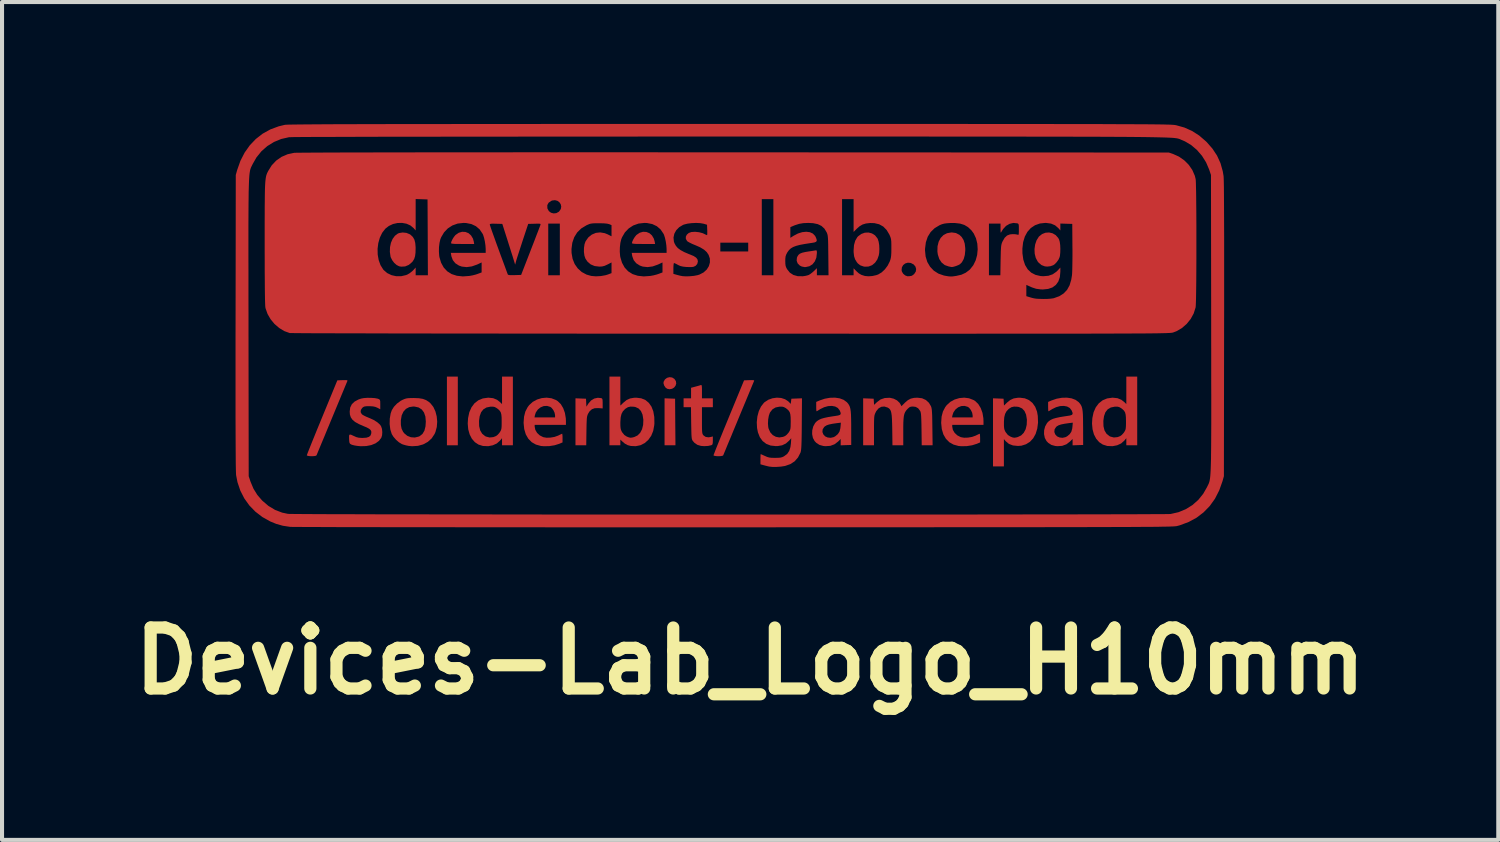
<source format=kicad_pcb>
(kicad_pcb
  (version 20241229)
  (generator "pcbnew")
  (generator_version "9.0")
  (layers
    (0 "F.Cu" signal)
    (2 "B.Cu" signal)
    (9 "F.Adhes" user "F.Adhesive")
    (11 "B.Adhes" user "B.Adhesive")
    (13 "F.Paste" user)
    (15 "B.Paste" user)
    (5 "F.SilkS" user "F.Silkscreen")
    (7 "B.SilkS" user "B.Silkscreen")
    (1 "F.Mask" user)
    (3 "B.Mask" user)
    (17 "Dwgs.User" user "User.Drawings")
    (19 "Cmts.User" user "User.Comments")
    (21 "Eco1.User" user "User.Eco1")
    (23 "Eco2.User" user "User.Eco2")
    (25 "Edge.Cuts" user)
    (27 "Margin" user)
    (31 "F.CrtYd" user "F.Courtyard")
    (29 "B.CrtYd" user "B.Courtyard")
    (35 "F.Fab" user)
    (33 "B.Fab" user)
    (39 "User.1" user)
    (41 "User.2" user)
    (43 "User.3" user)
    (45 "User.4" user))
  (footprint "Devices-Lab_Logo_H10mm"
    (layer "F.Cu")
    (at 14.907 4.961)
    (property "Reference" "Devices-Lab_Logo_H10mm" (at 0.5 8.25 0) (layer "F.SilkS") (effects (font (size 1.5 1.5) (thickness 0.3))))
    (attr board_only exclude_from_pos_files exclude_from_bom)
    (fp_poly (pts (xy -6.693 2.1) (xy -6.693 2.945) (xy -6.827 2.945) (xy -6.961 2.945) (xy -6.961 2.1) (xy -6.961 1.255) (xy -6.827 1.255) (xy -6.693 1.255)) (stroke (width 0) (type solid)) (fill yes) (layer "F.Cu"))
    (fp_poly (pts (xy -1.477 1.794) (xy -1.347 1.799) (xy -1.343 2.372) (xy -1.338 2.945) (xy -1.472 2.945) (xy -1.606 2.945) (xy -1.606 2.367) (xy -1.606 1.789)) (stroke (width 0) (type solid)) (fill yes) (layer "F.Cu"))
    (fp_poly (pts (xy -1.42 1.277) (xy -1.363 1.312) (xy -1.363 1.313) (xy -1.327 1.367) (xy -1.319 1.425) (xy -1.336 1.479) (xy -1.371 1.524) (xy -1.422 1.555) (xy -1.484 1.566) (xy -1.542 1.554) (xy -1.583 1.524) (xy -1.615 1.476) (xy -1.632 1.422) (xy -1.63 1.384) (xy -1.597 1.325) (xy -1.545 1.285) (xy -1.483 1.269)) (stroke (width 0) (type solid)) (fill yes) (layer "F.Cu"))
    (fp_poly (pts (xy -6.505 -2.304) (xy -6.43 -2.274) (xy -6.367 -2.218) (xy -6.32 -2.14) (xy -6.301 -2.071) (xy -6.29 -2.008) (xy -6.575 -2.008) (xy -6.685 -2.009) (xy -6.765 -2.01) (xy -6.818 -2.014) (xy -6.849 -2.02) (xy -6.86 -2.027) (xy -6.86 -2.029) (xy -6.85 -2.07) (xy -6.824 -2.125) (xy -6.79 -2.18) (xy -6.754 -2.224) (xy -6.75 -2.229) (xy -6.67 -2.284) (xy -6.587 -2.308)) (stroke (width 0) (type solid)) (fill yes) (layer "F.Cu"))
    (fp_poly (pts (xy -2.054 -2.304) (xy -1.979 -2.274) (xy -1.916 -2.218) (xy -1.87 -2.14) (xy -1.85 -2.071) (xy -1.839 -2.008) (xy -2.124 -2.008) (xy -2.234 -2.009) (xy -2.314 -2.01) (xy -2.367 -2.014) (xy -2.398 -2.02) (xy -2.409 -2.027) (xy -2.409 -2.029) (xy -2.399 -2.07) (xy -2.373 -2.125) (xy -2.339 -2.18) (xy -2.303 -2.224) (xy -2.299 -2.229) (xy -2.219 -2.284) (xy -2.136 -2.308)) (stroke (width 0) (type solid)) (fill yes) (layer "F.Cu"))
    (fp_poly (pts (xy 2.139 -1.838) (xy 2.142 -1.802) (xy 2.142 -1.787) (xy 2.129 -1.674) (xy 2.092 -1.581) (xy 2.034 -1.508) (xy 1.957 -1.46) (xy 1.864 -1.44) (xy 1.844 -1.439) (xy 1.77 -1.453) (xy 1.722 -1.477) (xy 1.668 -1.531) (xy 1.644 -1.598) (xy 1.651 -1.671) (xy 1.662 -1.699) (xy 1.688 -1.74) (xy 1.725 -1.77) (xy 1.78 -1.793) (xy 1.859 -1.811) (xy 1.933 -1.823) (xy 2.001 -1.833) (xy 2.06 -1.842) (xy 2.1 -1.849) (xy 2.104 -1.85) (xy 2.128 -1.852)) (stroke (width 0) (type solid)) (fill yes) (layer "F.Cu"))
    (fp_poly (pts (xy 3.497 -2.268) (xy 3.572 -2.221) (xy 3.63 -2.149) (xy 3.64 -2.13) (xy 3.661 -2.065) (xy 3.675 -1.979) (xy 3.679 -1.884) (xy 3.675 -1.79) (xy 3.665 -1.73) (xy 3.629 -1.628) (xy 3.572 -1.546) (xy 3.499 -1.486) (xy 3.414 -1.453) (xy 3.322 -1.449) (xy 3.288 -1.455) (xy 3.209 -1.483) (xy 3.15 -1.529) (xy 3.124 -1.561) (xy 3.082 -1.63) (xy 3.057 -1.707) (xy 3.046 -1.801) (xy 3.045 -1.848) (xy 3.055 -1.981) (xy 3.085 -2.088) (xy 3.135 -2.173) (xy 3.156 -2.197) (xy 3.235 -2.255) (xy 3.322 -2.286) (xy 3.412 -2.29)) (stroke (width 0) (type solid)) (fill yes) (layer "F.Cu"))
    (fp_poly (pts (xy -7.957 -2.281) (xy -7.876 -2.248) (xy -7.855 -2.234) (xy -7.799 -2.18) (xy -7.761 -2.115) (xy -7.74 -2.032) (xy -7.731 -1.925) (xy -7.731 -1.899) (xy -7.734 -1.79) (xy -7.745 -1.707) (xy -7.766 -1.641) (xy -7.799 -1.586) (xy -7.817 -1.563) (xy -7.898 -1.494) (xy -7.988 -1.456) (xy -8.085 -1.45) (xy -8.136 -1.459) (xy -8.197 -1.49) (xy -8.258 -1.543) (xy -8.309 -1.611) (xy -8.344 -1.683) (xy -8.348 -1.698) (xy -8.365 -1.814) (xy -8.361 -1.93) (xy -8.338 -2.038) (xy -8.297 -2.133) (xy -8.24 -2.21) (xy -8.17 -2.263) (xy -8.137 -2.277) (xy -8.049 -2.291)) (stroke (width 0) (type solid)) (fill yes) (layer "F.Cu"))
    (fp_poly (pts (xy 7.941 -2.271) (xy 8.018 -2.226) (xy 8.079 -2.157) (xy 8.1 -2.119) (xy 8.117 -2.061) (xy 8.128 -1.981) (xy 8.132 -1.891) (xy 8.13 -1.8) (xy 8.122 -1.72) (xy 8.114 -1.685) (xy 8.087 -1.624) (xy 8.041 -1.56) (xy 7.989 -1.507) (xy 7.958 -1.486) (xy 7.888 -1.461) (xy 7.808 -1.452) (xy 7.752 -1.457) (xy 7.668 -1.489) (xy 7.595 -1.551) (xy 7.574 -1.577) (xy 7.527 -1.665) (xy 7.501 -1.769) (xy 7.496 -1.882) (xy 7.512 -1.995) (xy 7.547 -2.099) (xy 7.602 -2.186) (xy 7.607 -2.192) (xy 7.682 -2.252) (xy 7.766 -2.285) (xy 7.855 -2.291)) (stroke (width 0) (type solid)) (fill yes) (layer "F.Cu"))
    (fp_poly (pts (xy 5.562 -2.278) (xy 5.649 -2.233) (xy 5.704 -2.18) (xy 5.75 -2.107) (xy 5.779 -2.018) (xy 5.792 -1.908) (xy 5.793 -1.854) (xy 5.782 -1.739) (xy 5.754 -1.638) (xy 5.709 -1.557) (xy 5.66 -1.509) (xy 5.621 -1.488) (xy 5.568 -1.467) (xy 5.513 -1.45) (xy 5.469 -1.441) (xy 5.455 -1.441) (xy 5.434 -1.445) (xy 5.395 -1.453) (xy 5.385 -1.455) (xy 5.288 -1.489) (xy 5.211 -1.551) (xy 5.154 -1.636) (xy 5.118 -1.745) (xy 5.107 -1.823) (xy 5.11 -1.952) (xy 5.138 -2.064) (xy 5.187 -2.157) (xy 5.257 -2.228) (xy 5.344 -2.273) (xy 5.449 -2.292) (xy 5.461 -2.292)) (stroke (width 0) (type solid)) (fill yes) (layer "F.Cu"))
    (fp_poly (pts (xy -3.167 1.784) (xy -3.147 1.792) (xy -3.136 1.808) (xy -3.131 1.84) (xy -3.129 1.896) (xy -3.129 1.916) (xy -3.129 2.038) (xy -3.234 2.03) (xy -3.325 2.033) (xy -3.394 2.058) (xy -3.45 2.108) (xy -3.484 2.162) (xy -3.497 2.188) (xy -3.506 2.215) (xy -3.514 2.247) (xy -3.519 2.29) (xy -3.522 2.35) (xy -3.525 2.43) (xy -3.527 2.537) (xy -3.528 2.589) (xy -3.533 2.945) (xy -3.666 2.945) (xy -3.798 2.945) (xy -3.798 2.367) (xy -3.798 1.789) (xy -3.669 1.794) (xy -3.539 1.799) (xy -3.534 1.897) (xy -3.529 1.995) (xy -3.479 1.917) (xy -3.415 1.843) (xy -3.336 1.795) (xy -3.248 1.776)) (stroke (width 0) (type solid)) (fill yes) (layer "F.Cu"))
    (fp_poly (pts (xy -9.423 1.343) (xy -9.408 1.351) (xy -9.408 1.359) (xy -9.416 1.378) (xy -9.436 1.425) (xy -9.466 1.497) (xy -9.505 1.592) (xy -9.553 1.707) (xy -9.607 1.838) (xy -9.668 1.984) (xy -9.733 2.141) (xy -9.789 2.276) (xy -9.857 2.44) (xy -9.921 2.594) (xy -9.98 2.738) (xy -10.034 2.866) (xy -10.08 2.977) (xy -10.118 3.068) (xy -10.146 3.136) (xy -10.163 3.178) (xy -10.169 3.192) (xy -10.188 3.204) (xy -10.229 3.211) (xy -10.282 3.214) (xy -10.335 3.212) (xy -10.379 3.206) (xy -10.405 3.196) (xy -10.408 3.191) (xy -10.401 3.172) (xy -10.384 3.125) (xy -10.355 3.052) (xy -10.317 2.957) (xy -10.271 2.842) (xy -10.217 2.71) (xy -10.158 2.564) (xy -10.093 2.407) (xy -10.032 2.258) (xy -9.657 1.347) (xy -9.528 1.342) (xy -9.461 1.341)) (stroke (width 0) (type solid)) (fill yes) (layer "F.Cu"))
    (fp_poly (pts (xy 0.583 1.343) (xy 0.598 1.351) (xy 0.598 1.359) (xy 0.59 1.378) (xy 0.57 1.425) (xy 0.54 1.497) (xy 0.501 1.592) (xy 0.453 1.707) (xy 0.399 1.838) (xy 0.338 1.984) (xy 0.273 2.141) (xy 0.217 2.276) (xy 0.149 2.44) (xy 0.085 2.594) (xy 0.026 2.738) (xy -0.028 2.866) (xy -0.074 2.977) (xy -0.111 3.068) (xy -0.14 3.136) (xy -0.157 3.178) (xy -0.163 3.192) (xy -0.182 3.204) (xy -0.223 3.211) (xy -0.275 3.214) (xy -0.329 3.212) (xy -0.373 3.206) (xy -0.399 3.196) (xy -0.402 3.191) (xy -0.395 3.172) (xy -0.377 3.125) (xy -0.349 3.052) (xy -0.311 2.957) (xy -0.265 2.842) (xy -0.211 2.71) (xy -0.152 2.564) (xy -0.087 2.407) (xy -0.026 2.258) (xy 0.35 1.347) (xy 0.478 1.342) (xy 0.545 1.341)) (stroke (width 0) (type solid)) (fill yes) (layer "F.Cu"))
    (fp_poly (pts (xy -0.693 1.474) (xy -0.688 1.505) (xy -0.686 1.56) (xy -0.686 1.621) (xy -0.686 1.79) (xy -0.552 1.79) (xy -0.418 1.79) (xy -0.418 1.899) (xy -0.418 2.008) (xy -0.552 2.008) (xy -0.686 2.008) (xy -0.686 2.333) (xy -0.686 2.446) (xy -0.685 2.529) (xy -0.683 2.59) (xy -0.679 2.632) (xy -0.673 2.66) (xy -0.665 2.68) (xy -0.653 2.696) (xy -0.648 2.702) (xy -0.595 2.739) (xy -0.524 2.749) (xy -0.464 2.739) (xy -0.418 2.727) (xy -0.418 2.828) (xy -0.42 2.885) (xy -0.426 2.918) (xy -0.44 2.935) (xy -0.456 2.943) (xy -0.536 2.961) (xy -0.631 2.966) (xy -0.71 2.96) (xy -0.799 2.934) (xy -0.871 2.884) (xy -0.911 2.838) (xy -0.922 2.821) (xy -0.93 2.801) (xy -0.937 2.774) (xy -0.941 2.734) (xy -0.945 2.678) (xy -0.947 2.6) (xy -0.949 2.497) (xy -0.951 2.4) (xy -0.956 2.008) (xy -1.047 2.008) (xy -1.138 2.008) (xy -1.138 1.899) (xy -1.138 1.79) (xy -1.046 1.79) (xy -0.954 1.79) (xy -0.954 1.66) (xy -0.954 1.53) (xy -0.846 1.501) (xy -0.787 1.485) (xy -0.738 1.471) (xy -0.712 1.462) (xy -0.7 1.462)) (stroke (width 0) (type solid)) (fill yes) (layer "F.Cu"))
    (fp_poly (pts (xy -4.389 1.788) (xy -4.28 1.83) (xy -4.234 1.859) (xy -4.159 1.932) (xy -4.1 2.031) (xy -4.058 2.148) (xy -4.036 2.279) (xy -4.033 2.347) (xy -4.033 2.443) (xy -4.417 2.443) (xy -4.802 2.443) (xy -4.802 2.485) (xy -4.786 2.565) (xy -4.743 2.639) (xy -4.677 2.701) (xy -4.595 2.743) (xy -4.591 2.745) (xy -4.51 2.759) (xy -4.414 2.756) (xy -4.315 2.739) (xy -4.228 2.708) (xy -4.221 2.705) (xy -4.173 2.681) (xy -4.138 2.665) (xy -4.125 2.66) (xy -4.121 2.676) (xy -4.117 2.716) (xy -4.116 2.767) (xy -4.116 2.874) (xy -4.196 2.908) (xy -4.31 2.944) (xy -4.441 2.965) (xy -4.573 2.968) (xy -4.646 2.962) (xy -4.77 2.928) (xy -4.874 2.869) (xy -4.958 2.784) (xy -5.02 2.677) (xy -5.059 2.547) (xy -5.074 2.398) (xy -5.074 2.384) (xy -5.065 2.259) (xy -4.806 2.259) (xy -4.553 2.259) (xy -4.3 2.259) (xy -4.3 2.208) (xy -4.312 2.144) (xy -4.343 2.078) (xy -4.385 2.024) (xy -4.417 2) (xy -4.497 1.976) (xy -4.579 1.98) (xy -4.656 2.011) (xy -4.723 2.064) (xy -4.773 2.136) (xy -4.796 2.205) (xy -4.806 2.259) (xy -5.065 2.259) (xy -5.063 2.239) (xy -5.031 2.114) (xy -4.975 2.007) (xy -4.939 1.959) (xy -4.85 1.877) (xy -4.744 1.819) (xy -4.628 1.784) (xy -4.507 1.773)) (stroke (width 0) (type solid)) (fill yes) (layer "F.Cu"))
    (fp_poly (pts (xy 5.884 1.788) (xy 5.993 1.83) (xy 6.04 1.859) (xy 6.114 1.932) (xy 6.174 2.031) (xy 6.216 2.148) (xy 6.238 2.279) (xy 6.241 2.347) (xy 6.241 2.443) (xy 5.856 2.443) (xy 5.472 2.443) (xy 5.472 2.485) (xy 5.487 2.565) (xy 5.531 2.639) (xy 5.597 2.701) (xy 5.679 2.743) (xy 5.683 2.745) (xy 5.764 2.759) (xy 5.86 2.756) (xy 5.959 2.739) (xy 6.046 2.708) (xy 6.052 2.705) (xy 6.101 2.681) (xy 6.136 2.665) (xy 6.149 2.66) (xy 6.153 2.676) (xy 6.156 2.716) (xy 6.158 2.767) (xy 6.158 2.874) (xy 6.078 2.908) (xy 5.964 2.944) (xy 5.833 2.965) (xy 5.701 2.968) (xy 5.628 2.962) (xy 5.504 2.928) (xy 5.399 2.869) (xy 5.316 2.784) (xy 5.254 2.677) (xy 5.215 2.547) (xy 5.2 2.398) (xy 5.2 2.384) (xy 5.209 2.259) (xy 5.467 2.259) (xy 5.72 2.259) (xy 5.974 2.259) (xy 5.974 2.208) (xy 5.962 2.144) (xy 5.931 2.078) (xy 5.889 2.024) (xy 5.857 2) (xy 5.777 1.976) (xy 5.695 1.98) (xy 5.617 2.011) (xy 5.551 2.064) (xy 5.501 2.136) (xy 5.478 2.205) (xy 5.467 2.259) (xy 5.209 2.259) (xy 5.21 2.239) (xy 5.243 2.114) (xy 5.299 2.007) (xy 5.335 1.959) (xy 5.424 1.877) (xy 5.53 1.819) (xy 5.646 1.784) (xy 5.767 1.773)) (stroke (width 0) (type solid)) (fill yes) (layer "F.Cu"))
    (fp_poly (pts (xy -7.651 1.787) (xy -7.554 1.803) (xy -7.474 1.833) (xy -7.404 1.878) (xy -7.365 1.913) (xy -7.295 2.001) (xy -7.244 2.111) (xy -7.212 2.235) (xy -7.2 2.365) (xy -7.21 2.495) (xy -7.243 2.617) (xy -7.264 2.666) (xy -7.336 2.775) (xy -7.431 2.861) (xy -7.545 2.923) (xy -7.675 2.959) (xy -7.818 2.968) (xy -7.903 2.96) (xy -7.971 2.946) (xy -8.04 2.926) (xy -8.07 2.915) (xy -8.142 2.871) (xy -8.214 2.808) (xy -8.277 2.735) (xy -8.318 2.669) (xy -8.354 2.554) (xy -8.37 2.423) (xy -8.368 2.332) (xy -8.095 2.332) (xy -8.094 2.446) (xy -8.076 2.537) (xy -8.039 2.614) (xy -8.011 2.65) (xy -7.936 2.712) (xy -7.847 2.747) (xy -7.751 2.754) (xy -7.656 2.731) (xy -7.631 2.72) (xy -7.563 2.666) (xy -7.515 2.586) (xy -7.488 2.48) (xy -7.48 2.361) (xy -7.491 2.237) (xy -7.525 2.138) (xy -7.58 2.064) (xy -7.656 2.015) (xy -7.753 1.993) (xy -7.791 1.991) (xy -7.888 2.006) (xy -7.969 2.049) (xy -8.031 2.117) (xy -8.074 2.21) (xy -8.094 2.326) (xy -8.095 2.332) (xy -8.368 2.332) (xy -8.367 2.288) (xy -8.345 2.161) (xy -8.317 2.082) (xy -8.265 1.998) (xy -8.189 1.918) (xy -8.098 1.851) (xy -8.051 1.826) (xy -8.004 1.806) (xy -7.962 1.793) (xy -7.914 1.786) (xy -7.85 1.783) (xy -7.772 1.782)) (stroke (width 0) (type solid)) (fill yes) (layer "F.Cu"))
    (fp_poly (pts (xy -2.694 1.612) (xy -2.694 1.968) (xy -2.614 1.892) (xy -2.538 1.83) (xy -2.455 1.793) (xy -2.358 1.776) (xy -2.299 1.774) (xy -2.18 1.789) (xy -2.078 1.831) (xy -1.994 1.9) (xy -1.928 1.994) (xy -1.883 2.11) (xy -1.859 2.248) (xy -1.856 2.406) (xy -1.86 2.453) (xy -1.886 2.592) (xy -1.935 2.712) (xy -2.006 2.812) (xy -2.094 2.89) (xy -2.198 2.943) (xy -2.314 2.967) (xy -2.435 2.962) (xy -2.515 2.941) (xy -2.584 2.903) (xy -2.64 2.856) (xy -2.694 2.805) (xy -2.694 2.875) (xy -2.694 2.945) (xy -2.828 2.945) (xy -2.962 2.945) (xy -2.962 2.391) (xy -2.694 2.391) (xy -2.693 2.469) (xy -2.688 2.523) (xy -2.679 2.564) (xy -2.662 2.602) (xy -2.651 2.623) (xy -2.596 2.691) (xy -2.538 2.729) (xy -2.483 2.751) (xy -2.441 2.759) (xy -2.395 2.753) (xy -2.352 2.742) (xy -2.271 2.703) (xy -2.206 2.638) (xy -2.16 2.55) (xy -2.133 2.442) (xy -2.128 2.32) (xy -2.129 2.307) (xy -2.148 2.191) (xy -2.187 2.102) (xy -2.246 2.039) (xy -2.324 2.003) (xy -2.365 1.996) (xy -2.445 1.993) (xy -2.509 2.008) (xy -2.568 2.045) (xy -2.578 2.053) (xy -2.63 2.107) (xy -2.665 2.172) (xy -2.685 2.254) (xy -2.693 2.359) (xy -2.694 2.391) (xy -2.962 2.391) (xy -2.962 2.1) (xy -2.962 1.255) (xy -2.828 1.255) (xy -2.694 1.255)) (stroke (width 0) (type solid)) (fill yes) (layer "F.Cu"))
    (fp_poly (pts (xy 7.257 1.789) (xy 7.36 1.833) (xy 7.446 1.903) (xy 7.513 1.998) (xy 7.558 2.115) (xy 7.577 2.223) (xy 7.583 2.387) (xy 7.564 2.535) (xy 7.524 2.665) (xy 7.464 2.773) (xy 7.384 2.859) (xy 7.286 2.92) (xy 7.173 2.955) (xy 7.087 2.961) (xy 6.967 2.949) (xy 6.867 2.911) (xy 6.79 2.847) (xy 6.785 2.842) (xy 6.743 2.792) (xy 6.743 3.128) (xy 6.743 3.464) (xy 6.609 3.464) (xy 6.475 3.464) (xy 6.475 2.626) (xy 6.475 2.391) (xy 6.744 2.391) (xy 6.744 2.469) (xy 6.749 2.523) (xy 6.758 2.564) (xy 6.775 2.602) (xy 6.787 2.623) (xy 6.841 2.691) (xy 6.9 2.729) (xy 6.954 2.751) (xy 6.996 2.759) (xy 7.043 2.753) (xy 7.085 2.742) (xy 7.166 2.703) (xy 7.231 2.638) (xy 7.278 2.55) (xy 7.304 2.442) (xy 7.309 2.32) (xy 7.308 2.307) (xy 7.289 2.191) (xy 7.25 2.102) (xy 7.192 2.039) (xy 7.113 2.003) (xy 7.072 1.996) (xy 6.992 1.993) (xy 6.928 2.008) (xy 6.869 2.045) (xy 6.859 2.053) (xy 6.808 2.107) (xy 6.773 2.172) (xy 6.752 2.254) (xy 6.744 2.359) (xy 6.744 2.391) (xy 6.475 2.391) (xy 6.475 1.789) (xy 6.605 1.794) (xy 6.735 1.799) (xy 6.74 1.883) (xy 6.745 1.967) (xy 6.824 1.891) (xy 6.9 1.83) (xy 6.983 1.792) (xy 7.08 1.776) (xy 7.138 1.774)) (stroke (width 0) (type solid)) (fill yes) (layer "F.Cu"))
    (fp_poly (pts (xy -5.338 2.1) (xy -5.338 2.945) (xy -5.472 2.945) (xy -5.605 2.945) (xy -5.605 2.857) (xy -5.605 2.77) (xy -5.656 2.831) (xy -5.733 2.9) (xy -5.832 2.945) (xy -5.945 2.967) (xy -6.069 2.962) (xy -6.08 2.96) (xy -6.185 2.927) (xy -6.275 2.867) (xy -6.348 2.782) (xy -6.402 2.676) (xy -6.437 2.551) (xy -6.449 2.41) (xy -6.445 2.345) (xy -6.171 2.345) (xy -6.168 2.474) (xy -6.142 2.579) (xy -6.094 2.66) (xy -6.022 2.719) (xy -6 2.73) (xy -5.913 2.753) (xy -5.82 2.744) (xy -5.754 2.718) (xy -5.715 2.689) (xy -5.674 2.644) (xy -5.66 2.624) (xy -5.64 2.592) (xy -5.627 2.562) (xy -5.619 2.527) (xy -5.615 2.479) (xy -5.614 2.409) (xy -5.614 2.358) (xy -5.615 2.259) (xy -5.622 2.188) (xy -5.636 2.135) (xy -5.662 2.094) (xy -5.7 2.057) (xy -5.741 2.027) (xy -5.783 2.004) (xy -5.827 1.994) (xy -5.887 1.994) (xy -5.891 1.995) (xy -5.988 2.015) (xy -6.063 2.06) (xy -6.119 2.131) (xy -6.155 2.229) (xy -6.171 2.345) (xy -6.445 2.345) (xy -6.441 2.277) (xy -6.41 2.132) (xy -6.356 2.01) (xy -6.282 1.911) (xy -6.188 1.838) (xy -6.077 1.792) (xy -5.95 1.774) (xy -5.937 1.774) (xy -5.823 1.786) (xy -5.728 1.825) (xy -5.66 1.878) (xy -5.605 1.931) (xy -5.605 1.593) (xy -5.605 1.255) (xy -5.472 1.255) (xy -5.338 1.255)) (stroke (width 0) (type solid)) (fill yes) (layer "F.Cu"))
    (fp_poly (pts (xy 10.023 2.1) (xy 10.023 2.945) (xy 9.889 2.945) (xy 9.755 2.945) (xy 9.755 2.857) (xy 9.755 2.77) (xy 9.705 2.831) (xy 9.627 2.9) (xy 9.529 2.945) (xy 9.415 2.967) (xy 9.291 2.962) (xy 9.281 2.96) (xy 9.176 2.927) (xy 9.086 2.867) (xy 9.013 2.782) (xy 8.958 2.676) (xy 8.924 2.551) (xy 8.911 2.41) (xy 8.915 2.345) (xy 9.19 2.345) (xy 9.193 2.474) (xy 9.218 2.579) (xy 9.267 2.66) (xy 9.339 2.719) (xy 9.36 2.73) (xy 9.448 2.753) (xy 9.54 2.744) (xy 9.606 2.718) (xy 9.645 2.689) (xy 9.686 2.644) (xy 9.701 2.624) (xy 9.72 2.592) (xy 9.734 2.562) (xy 9.741 2.527) (xy 9.745 2.479) (xy 9.747 2.409) (xy 9.747 2.358) (xy 9.745 2.259) (xy 9.738 2.188) (xy 9.724 2.135) (xy 9.699 2.094) (xy 9.661 2.057) (xy 9.62 2.027) (xy 9.578 2.004) (xy 9.534 1.994) (xy 9.473 1.994) (xy 9.47 1.995) (xy 9.373 2.015) (xy 9.297 2.06) (xy 9.241 2.131) (xy 9.206 2.229) (xy 9.19 2.345) (xy 8.915 2.345) (xy 8.919 2.277) (xy 8.95 2.132) (xy 9.004 2.01) (xy 9.079 1.911) (xy 9.172 1.838) (xy 9.283 1.792) (xy 9.41 1.774) (xy 9.424 1.774) (xy 9.537 1.786) (xy 9.632 1.825) (xy 9.701 1.878) (xy 9.755 1.931) (xy 9.755 1.593) (xy 9.755 1.255) (xy 9.889 1.255) (xy 10.023 1.255)) (stroke (width 0) (type solid)) (fill yes) (layer "F.Cu"))
    (fp_poly (pts (xy -8.825 1.778) (xy -8.738 1.784) (xy -8.668 1.797) (xy -8.647 1.804) (xy -8.622 1.816) (xy -8.609 1.833) (xy -8.602 1.862) (xy -8.601 1.914) (xy -8.601 1.941) (xy -8.601 2.059) (xy -8.672 2.021) (xy -8.723 2) (xy -8.78 1.988) (xy -8.856 1.983) (xy -8.871 1.983) (xy -8.939 1.984) (xy -8.983 1.989) (xy -9.014 2.001) (xy -9.04 2.021) (xy -9.043 2.023) (xy -9.078 2.075) (xy -9.084 2.128) (xy -9.058 2.176) (xy -9.043 2.19) (xy -9.006 2.212) (xy -8.95 2.24) (xy -8.885 2.267) (xy -8.884 2.268) (xy -8.768 2.319) (xy -8.675 2.377) (xy -8.608 2.437) (xy -8.581 2.476) (xy -8.559 2.541) (xy -8.551 2.62) (xy -8.556 2.698) (xy -8.575 2.759) (xy -8.633 2.836) (xy -8.717 2.897) (xy -8.823 2.94) (xy -8.947 2.964) (xy -9.085 2.968) (xy -9.165 2.96) (xy -9.229 2.95) (xy -9.286 2.936) (xy -9.316 2.925) (xy -9.342 2.909) (xy -9.357 2.886) (xy -9.364 2.848) (xy -9.367 2.804) (xy -9.369 2.735) (xy -9.365 2.694) (xy -9.348 2.68) (xy -9.314 2.687) (xy -9.26 2.713) (xy -9.256 2.714) (xy -9.192 2.743) (xy -9.135 2.758) (xy -9.067 2.763) (xy -9.035 2.764) (xy -8.943 2.758) (xy -8.878 2.737) (xy -8.839 2.702) (xy -8.822 2.649) (xy -8.821 2.645) (xy -8.822 2.603) (xy -8.839 2.569) (xy -8.875 2.538) (xy -8.935 2.505) (xy -9.008 2.475) (xy -9.129 2.422) (xy -9.22 2.371) (xy -9.284 2.317) (xy -9.326 2.257) (xy -9.348 2.188) (xy -9.353 2.117) (xy -9.341 2.017) (xy -9.301 1.935) (xy -9.233 1.87) (xy -9.137 1.818) (xy -9.072 1.796) (xy -9.003 1.783) (xy -8.917 1.777)) (stroke (width 0) (type solid)) (fill yes) (layer "F.Cu"))
    (fp_poly (pts (xy 2.703 1.79) (xy 2.801 1.827) (xy 2.877 1.883) (xy 2.884 1.89) (xy 2.913 1.924) (xy 2.935 1.959) (xy 2.953 1.999) (xy 2.966 2.049) (xy 2.975 2.112) (xy 2.981 2.192) (xy 2.984 2.295) (xy 2.986 2.425) (xy 2.986 2.518) (xy 2.987 2.937) (xy 2.857 2.941) (xy 2.727 2.946) (xy 2.727 2.868) (xy 2.727 2.789) (xy 2.665 2.852) (xy 2.574 2.921) (xy 2.471 2.959) (xy 2.354 2.967) (xy 2.301 2.962) (xy 2.206 2.936) (xy 2.13 2.887) (xy 2.085 2.84) (xy 2.044 2.764) (xy 2.025 2.672) (xy 2.026 2.618) (xy 2.278 2.618) (xy 2.299 2.675) (xy 2.344 2.725) (xy 2.407 2.753) (xy 2.48 2.761) (xy 2.554 2.745) (xy 2.594 2.723) (xy 2.657 2.67) (xy 2.697 2.61) (xy 2.718 2.533) (xy 2.723 2.493) (xy 2.732 2.388) (xy 2.634 2.4) (xy 2.524 2.416) (xy 2.442 2.433) (xy 2.383 2.453) (xy 2.34 2.479) (xy 2.322 2.494) (xy 2.284 2.553) (xy 2.278 2.618) (xy 2.026 2.618) (xy 2.028 2.575) (xy 2.052 2.481) (xy 2.097 2.4) (xy 2.103 2.392) (xy 2.142 2.352) (xy 2.188 2.321) (xy 2.245 2.294) (xy 2.32 2.272) (xy 2.417 2.251) (xy 2.541 2.231) (xy 2.589 2.224) (xy 2.664 2.212) (xy 2.709 2.197) (xy 2.728 2.175) (xy 2.725 2.141) (xy 2.704 2.089) (xy 2.701 2.083) (xy 2.657 2.027) (xy 2.592 1.991) (xy 2.511 1.976) (xy 2.419 1.981) (xy 2.321 2.008) (xy 2.224 2.055) (xy 2.205 2.067) (xy 2.165 2.092) (xy 2.139 2.107) (xy 2.134 2.108) (xy 2.129 2.093) (xy 2.126 2.053) (xy 2.125 1.996) (xy 2.125 1.993) (xy 2.125 1.878) (xy 2.206 1.843) (xy 2.335 1.799) (xy 2.464 1.776) (xy 2.589 1.773)) (stroke (width 0) (type solid)) (fill yes) (layer "F.Cu"))
    (fp_poly (pts (xy 8.408 1.79) (xy 8.506 1.827) (xy 8.583 1.883) (xy 8.589 1.89) (xy 8.618 1.924) (xy 8.641 1.959) (xy 8.659 1.999) (xy 8.672 2.049) (xy 8.681 2.112) (xy 8.687 2.192) (xy 8.69 2.295) (xy 8.691 2.425) (xy 8.692 2.518) (xy 8.693 2.937) (xy 8.563 2.941) (xy 8.433 2.946) (xy 8.433 2.868) (xy 8.433 2.789) (xy 8.37 2.852) (xy 8.28 2.921) (xy 8.176 2.959) (xy 8.06 2.967) (xy 8.007 2.962) (xy 7.912 2.936) (xy 7.836 2.887) (xy 7.791 2.84) (xy 7.75 2.764) (xy 7.731 2.672) (xy 7.732 2.618) (xy 7.984 2.618) (xy 8.005 2.675) (xy 8.05 2.725) (xy 8.113 2.753) (xy 8.186 2.761) (xy 8.259 2.745) (xy 8.3 2.723) (xy 8.363 2.67) (xy 8.403 2.61) (xy 8.424 2.533) (xy 8.429 2.493) (xy 8.438 2.388) (xy 8.34 2.4) (xy 8.23 2.416) (xy 8.148 2.433) (xy 8.089 2.453) (xy 8.045 2.479) (xy 8.028 2.494) (xy 7.99 2.553) (xy 7.984 2.618) (xy 7.732 2.618) (xy 7.733 2.575) (xy 7.758 2.481) (xy 7.803 2.4) (xy 7.809 2.392) (xy 7.848 2.352) (xy 7.893 2.321) (xy 7.951 2.294) (xy 8.026 2.272) (xy 8.123 2.251) (xy 8.247 2.231) (xy 8.295 2.224) (xy 8.37 2.212) (xy 8.414 2.197) (xy 8.434 2.175) (xy 8.431 2.141) (xy 8.41 2.089) (xy 8.407 2.083) (xy 8.363 2.027) (xy 8.298 1.991) (xy 8.216 1.976) (xy 8.124 1.981) (xy 8.027 2.008) (xy 7.93 2.055) (xy 7.911 2.067) (xy 7.871 2.092) (xy 7.845 2.107) (xy 7.84 2.108) (xy 7.835 2.093) (xy 7.832 2.053) (xy 7.831 1.996) (xy 7.831 1.993) (xy 7.831 1.878) (xy 7.912 1.843) (xy 8.041 1.799) (xy 8.17 1.776) (xy 8.294 1.773)) (stroke (width 0) (type solid)) (fill yes) (layer "F.Cu"))
    (fp_poly (pts (xy 4.73 1.788) (xy 4.824 1.831) (xy 4.899 1.9) (xy 4.948 1.983) (xy 4.957 2.007) (xy 4.964 2.037) (xy 4.97 2.077) (xy 4.974 2.132) (xy 4.978 2.204) (xy 4.98 2.3) (xy 4.982 2.422) (xy 4.983 2.497) (xy 4.989 2.945) (xy 4.855 2.945) (xy 4.721 2.945) (xy 4.716 2.548) (xy 4.714 2.418) (xy 4.711 2.318) (xy 4.708 2.242) (xy 4.704 2.187) (xy 4.698 2.147) (xy 4.691 2.118) (xy 4.681 2.097) (xy 4.681 2.097) (xy 4.633 2.034) (xy 4.572 2) (xy 4.503 1.991) (xy 4.454 1.995) (xy 4.418 2.01) (xy 4.379 2.044) (xy 4.368 2.055) (xy 4.337 2.091) (xy 4.313 2.128) (xy 4.295 2.171) (xy 4.282 2.225) (xy 4.274 2.294) (xy 4.269 2.383) (xy 4.267 2.498) (xy 4.267 2.6) (xy 4.267 2.945) (xy 4.134 2.945) (xy 4.001 2.945) (xy 3.996 2.556) (xy 3.993 2.414) (xy 3.989 2.301) (xy 3.983 2.213) (xy 3.973 2.147) (xy 3.96 2.099) (xy 3.941 2.064) (xy 3.917 2.038) (xy 3.886 2.018) (xy 3.881 2.016) (xy 3.802 1.991) (xy 3.727 1.998) (xy 3.66 2.036) (xy 3.604 2.103) (xy 3.591 2.128) (xy 3.577 2.157) (xy 3.566 2.185) (xy 3.558 2.215) (xy 3.553 2.252) (xy 3.55 2.303) (xy 3.548 2.373) (xy 3.547 2.465) (xy 3.547 2.58) (xy 3.547 2.945) (xy 3.413 2.945) (xy 3.28 2.945) (xy 3.28 2.367) (xy 3.28 1.789) (xy 3.409 1.794) (xy 3.539 1.799) (xy 3.544 1.875) (xy 3.549 1.95) (xy 3.621 1.882) (xy 3.709 1.817) (xy 3.812 1.782) (xy 3.93 1.776) (xy 3.941 1.777) (xy 4.031 1.798) (xy 4.113 1.84) (xy 4.176 1.899) (xy 4.197 1.933) (xy 4.223 1.983) (xy 4.309 1.896) (xy 4.38 1.835) (xy 4.451 1.797) (xy 4.533 1.778) (xy 4.618 1.774)) (stroke (width 0) (type solid)) (fill yes) (layer "F.Cu"))
    (fp_poly (pts (xy 1.263 1.781) (xy 1.359 1.812) (xy 1.44 1.866) (xy 1.456 1.882) (xy 1.498 1.927) (xy 1.506 1.863) (xy 1.514 1.799) (xy 1.645 1.794) (xy 1.775 1.789) (xy 1.77 2.421) (xy 1.769 2.588) (xy 1.767 2.725) (xy 1.765 2.835) (xy 1.762 2.922) (xy 1.759 2.989) (xy 1.755 3.04) (xy 1.75 3.078) (xy 1.744 3.107) (xy 1.738 3.126) (xy 1.677 3.245) (xy 1.595 3.339) (xy 1.491 3.407) (xy 1.364 3.452) (xy 1.355 3.454) (xy 1.261 3.469) (xy 1.153 3.477) (xy 1.048 3.477) (xy 0.97 3.469) (xy 0.93 3.46) (xy 0.874 3.446) (xy 0.841 3.437) (xy 0.753 3.413) (xy 0.753 3.287) (xy 0.754 3.228) (xy 0.756 3.183) (xy 0.759 3.163) (xy 0.759 3.162) (xy 0.777 3.169) (xy 0.815 3.186) (xy 0.864 3.208) (xy 0.919 3.232) (xy 0.969 3.246) (xy 1.026 3.253) (xy 1.102 3.254) (xy 1.113 3.254) (xy 1.19 3.253) (xy 1.245 3.248) (xy 1.288 3.237) (xy 1.329 3.218) (xy 1.338 3.212) (xy 1.411 3.158) (xy 1.461 3.084) (xy 1.491 2.988) (xy 1.503 2.897) (xy 1.511 2.771) (xy 1.457 2.832) (xy 1.379 2.901) (xy 1.287 2.945) (xy 1.176 2.964) (xy 1.129 2.965) (xy 1.003 2.951) (xy 0.895 2.909) (xy 0.806 2.84) (xy 0.738 2.746) (xy 0.691 2.627) (xy 0.67 2.522) (xy 0.664 2.408) (xy 0.938 2.408) (xy 0.945 2.497) (xy 0.953 2.533) (xy 0.994 2.625) (xy 1.055 2.693) (xy 1.131 2.736) (xy 1.217 2.752) (xy 1.309 2.738) (xy 1.359 2.717) (xy 1.397 2.688) (xy 1.437 2.644) (xy 1.452 2.624) (xy 1.471 2.592) (xy 1.484 2.562) (xy 1.492 2.527) (xy 1.496 2.479) (xy 1.497 2.409) (xy 1.498 2.358) (xy 1.496 2.259) (xy 1.489 2.188) (xy 1.475 2.135) (xy 1.45 2.094) (xy 1.411 2.057) (xy 1.371 2.027) (xy 1.328 2.004) (xy 1.285 1.994) (xy 1.224 1.994) (xy 1.22 1.995) (xy 1.125 2.014) (xy 1.05 2.059) (xy 0.993 2.131) (xy 0.984 2.147) (xy 0.959 2.219) (xy 0.943 2.311) (xy 0.938 2.408) (xy 0.664 2.408) (xy 0.663 2.375) (xy 0.678 2.234) (xy 0.713 2.104) (xy 0.767 1.991) (xy 0.838 1.9) (xy 0.856 1.884) (xy 0.947 1.824) (xy 1.05 1.788) (xy 1.157 1.773)) (stroke (width 0) (type solid)) (fill yes) (layer "F.Cu"))
    (fp_poly (pts (xy 0.722 -4.961) (xy 1.411 -4.961) (xy 2.068 -4.961) (xy 2.694 -4.961) (xy 3.289 -4.961) (xy 3.855 -4.961) (xy 4.392 -4.961) (xy 4.901 -4.961) (xy 5.383 -4.961) (xy 5.838 -4.961) (xy 6.267 -4.96) (xy 6.672 -4.96) (xy 7.052 -4.96) (xy 7.408 -4.96) (xy 7.742 -4.96) (xy 8.054 -4.959) (xy 8.345 -4.959) (xy 8.615 -4.958) (xy 8.866 -4.958) (xy 9.097 -4.958) (xy 9.311 -4.957) (xy 9.507 -4.956) (xy 9.687 -4.956) (xy 9.851 -4.955) (xy 10 -4.954) (xy 10.135 -4.954) (xy 10.256 -4.953) (xy 10.364 -4.952) (xy 10.461 -4.951) (xy 10.546 -4.95) (xy 10.621 -4.949) (xy 10.686 -4.948) (xy 10.742 -4.946) (xy 10.79 -4.945) (xy 10.831 -4.944) (xy 10.865 -4.942) (xy 10.893 -4.94) (xy 10.916 -4.939) (xy 10.935 -4.937) (xy 10.951 -4.935) (xy 10.964 -4.933) (xy 10.974 -4.931) (xy 10.977 -4.931) (xy 11.184 -4.873) (xy 11.372 -4.789) (xy 11.547 -4.677) (xy 11.713 -4.534) (xy 11.73 -4.518) (xy 11.874 -4.354) (xy 11.988 -4.181) (xy 12.072 -3.997) (xy 12.128 -3.797) (xy 12.148 -3.679) (xy 12.15 -3.648) (xy 12.152 -3.593) (xy 12.154 -3.513) (xy 12.156 -3.407) (xy 12.157 -3.275) (xy 12.158 -3.115) (xy 12.159 -2.928) (xy 12.16 -2.713) (xy 12.161 -2.47) (xy 12.162 -2.197) (xy 12.162 -1.894) (xy 12.162 -1.56) (xy 12.162 -1.196) (xy 12.162 -0.8) (xy 12.162 -0.371) (xy 12.161 0.084) (xy 12.156 3.706) (xy 12.12 3.833) (xy 12.04 4.057) (xy 11.936 4.26) (xy 11.807 4.44) (xy 11.656 4.595) (xy 11.483 4.727) (xy 11.289 4.832) (xy 11.075 4.912) (xy 11.001 4.932) (xy 10.992 4.934) (xy 10.98 4.935) (xy 10.965 4.937) (xy 10.945 4.939) (xy 10.921 4.94) (xy 10.891 4.942) (xy 10.854 4.943) (xy 10.81 4.945) (xy 10.758 4.946) (xy 10.697 4.947) (xy 10.627 4.948) (xy 10.546 4.95) (xy 10.454 4.951) (xy 10.351 4.952) (xy 10.234 4.952) (xy 10.105 4.953) (xy 9.961 4.954) (xy 9.802 4.955) (xy 9.627 4.956) (xy 9.436 4.956) (xy 9.228 4.957) (xy 9.002 4.957) (xy 8.757 4.958) (xy 8.492 4.958) (xy 8.207 4.959) (xy 7.901 4.959) (xy 7.574 4.96) (xy 7.223 4.96) (xy 6.85 4.96) (xy 6.452 4.961) (xy 6.03 4.961) (xy 5.581 4.961) (xy 5.107 4.961) (xy 4.605 4.962) (xy 4.075 4.962) (xy 3.517 4.962) (xy 2.929 4.962) (xy 2.31 4.962) (xy 1.661 4.962) (xy 0.98 4.963) (xy 0.267 4.963) (xy 0.1 4.963) (xy -0.5 4.963) (xy -1.092 4.963) (xy -1.676 4.963) (xy -2.25 4.963) (xy -2.813 4.963) (xy -3.365 4.963) (xy -3.904 4.963) (xy -4.43 4.963) (xy -4.942 4.962) (xy -5.439 4.962) (xy -5.92 4.962) (xy -6.383 4.962) (xy -6.829 4.961) (xy -7.257 4.961) (xy -7.664 4.961) (xy -8.051 4.96) (xy -8.417 4.96) (xy -8.761 4.959) (xy -9.081 4.959) (xy -9.377 4.958) (xy -9.648 4.958) (xy -9.894 4.957) (xy -10.112 4.956) (xy -10.303 4.956) (xy -10.466 4.955) (xy -10.598 4.954) (xy -10.701 4.954) (xy -10.772 4.953) (xy -10.811 4.952) (xy -10.818 4.952) (xy -10.997 4.925) (xy -11.161 4.879) (xy -11.309 4.818) (xy -11.502 4.71) (xy -11.675 4.577) (xy -11.824 4.423) (xy -11.948 4.249) (xy -12.045 4.058) (xy -12.114 3.853) (xy -12.148 3.679) (xy -12.15 3.648) (xy -12.152 3.593) (xy -12.154 3.513) (xy -12.156 3.407) (xy -12.157 3.275) (xy -12.158 3.115) (xy -12.159 2.928) (xy -12.16 2.713) (xy -12.161 2.47) (xy -12.162 2.197) (xy -12.162 1.894) (xy -12.162 1.56) (xy -12.162 1.196) (xy -12.162 0.8) (xy -12.162 0.371) (xy -12.161 -0.084) (xy -12.158 -1.974) (xy -11.845 -1.974) (xy -11.845 -1.696) (xy -11.844 -1.392) (xy -11.844 -1.059) (xy -11.844 -0.697) (xy -11.843 -0.303) (xy -11.843 0.046) (xy -11.838 3.706) (xy -11.793 3.84) (xy -11.72 4.014) (xy -11.626 4.166) (xy -11.506 4.305) (xy -11.503 4.308) (xy -11.352 4.437) (xy -11.189 4.535) (xy -11.014 4.602) (xy -10.872 4.632) (xy -10.849 4.633) (xy -10.792 4.634) (xy -10.705 4.635) (xy -10.588 4.636) (xy -10.441 4.637) (xy -10.266 4.638) (xy -10.064 4.639) (xy -9.837 4.64) (xy -9.584 4.64) (xy -9.308 4.641) (xy -9.01 4.642) (xy -8.689 4.643) (xy -8.349 4.643) (xy -7.989 4.644) (xy -7.61 4.644) (xy -7.215 4.645) (xy -6.803 4.646) (xy -6.376 4.646) (xy -5.935 4.646) (xy -5.482 4.647) (xy -5.016 4.647) (xy -4.54 4.648) (xy -4.055 4.648) (xy -3.56 4.648) (xy -3.059 4.649) (xy -2.55 4.649) (xy -2.037 4.649) (xy -1.519 4.649) (xy -0.999 4.649) (xy -0.476 4.649) (xy 0.048 4.649) (xy 0.571 4.649) (xy 1.094 4.649) (xy 1.614 4.649) (xy 2.131 4.649) (xy 2.643 4.649) (xy 3.15 4.649) (xy 3.65 4.649) (xy 4.142 4.649) (xy 4.626 4.649) (xy 5.099 4.648) (xy 5.562 4.648) (xy 6.013 4.648) (xy 6.45 4.647) (xy 6.874 4.647) (xy 7.282 4.646) (xy 7.673 4.646) (xy 8.048 4.645) (xy 8.403 4.645) (xy 8.739 4.644) (xy 9.055 4.644) (xy 9.348 4.643) (xy 9.619 4.642) (xy 9.865 4.642) (xy 10.087 4.641) (xy 10.283 4.64) (xy 10.451 4.639) (xy 10.591 4.638) (xy 10.702 4.638) (xy 10.782 4.637) (xy 10.83 4.636) (xy 10.846 4.635) (xy 11.039 4.591) (xy 11.218 4.517) (xy 11.381 4.416) (xy 11.525 4.289) (xy 11.647 4.138) (xy 11.739 3.977) (xy 11.751 3.952) (xy 11.762 3.93) (xy 11.772 3.91) (xy 11.782 3.889) (xy 11.79 3.867) (xy 11.798 3.843) (xy 11.805 3.814) (xy 11.811 3.78) (xy 11.817 3.738) (xy 11.822 3.689) (xy 11.826 3.631) (xy 11.83 3.561) (xy 11.833 3.479) (xy 11.836 3.384) (xy 11.839 3.274) (xy 11.84 3.148) (xy 11.842 3.004) (xy 11.843 2.841) (xy 11.844 2.658) (xy 11.845 2.453) (xy 11.845 2.226) (xy 11.845 1.974) (xy 11.845 1.696) (xy 11.844 1.392) (xy 11.844 1.059) (xy 11.844 0.697) (xy 11.843 0.303) (xy 11.843 -0.046) (xy 11.838 -3.706) (xy 11.793 -3.84) (xy 11.717 -4.017) (xy 11.616 -4.178) (xy 11.494 -4.32) (xy 11.353 -4.44) (xy 11.197 -4.533) (xy 11.115 -4.568) (xy 11.102 -4.574) (xy 11.09 -4.579) (xy 11.079 -4.584) (xy 11.068 -4.589) (xy 11.057 -4.593) (xy 11.044 -4.597) (xy 11.029 -4.601) (xy 11.012 -4.605) (xy 10.991 -4.609) (xy 10.965 -4.612) (xy 10.934 -4.616) (xy 10.897 -4.619) (xy 10.854 -4.622) (xy 10.803 -4.624) (xy 10.743 -4.627) (xy 10.675 -4.629) (xy 10.597 -4.631) (xy 10.509 -4.633) (xy 10.409 -4.635) (xy 10.297 -4.637) (xy 10.172 -4.639) (xy 10.033 -4.64) (xy 9.88 -4.642) (xy 9.712 -4.643) (xy 9.528 -4.644) (xy 9.328 -4.645) (xy 9.11 -4.646) (xy 8.873 -4.647) (xy 8.618 -4.647) (xy 8.343 -4.648) (xy 8.047 -4.649) (xy 7.73 -4.649) (xy 7.391 -4.649) (xy 7.03 -4.65) (xy 6.644 -4.65) (xy 6.234 -4.65) (xy 5.799 -4.65) (xy 5.339 -4.65) (xy 4.851 -4.651) (xy 4.336 -4.651) (xy 3.793 -4.651) (xy 3.221 -4.651) (xy 2.619 -4.651) (xy 1.986 -4.651) (xy 1.323 -4.651) (xy 0.627 -4.651) (xy 0.017 -4.651) (xy -0.744 -4.651) (xy -1.481 -4.651) (xy -2.192 -4.651) (xy -2.878 -4.65) (xy -3.538 -4.65) (xy -4.171 -4.65) (xy -4.779 -4.65) (xy -5.36 -4.649) (xy -5.913 -4.649) (xy -6.439 -4.648) (xy -6.937 -4.648) (xy -7.407 -4.647) (xy -7.849 -4.647) (xy -8.262 -4.646) (xy -8.645 -4.646) (xy -8.999 -4.645) (xy -9.323 -4.644) (xy -9.617 -4.643) (xy -9.88 -4.642) (xy -10.113 -4.642) (xy -10.314 -4.641) (xy -10.483 -4.64) (xy -10.621 -4.639) (xy -10.726 -4.638) (xy -10.799 -4.636) (xy -10.838 -4.635) (xy -10.846 -4.635) (xy -11.039 -4.591) (xy -11.218 -4.517) (xy -11.381 -4.416) (xy -11.525 -4.289) (xy -11.647 -4.138) (xy -11.739 -3.977) (xy -11.751 -3.952) (xy -11.762 -3.93) (xy -11.772 -3.91) (xy -11.782 -3.889) (xy -11.79 -3.867) (xy -11.798 -3.843) (xy -11.805 -3.814) (xy -11.811 -3.78) (xy -11.817 -3.738) (xy -11.822 -3.689) (xy -11.826 -3.631) (xy -11.83 -3.561) (xy -11.833 -3.479) (xy -11.836 -3.384) (xy -11.839 -3.274) (xy -11.84 -3.148) (xy -11.842 -3.004) (xy -11.843 -2.841) (xy -11.844 -2.658) (xy -11.845 -2.453) (xy -11.845 -2.226) (xy -11.845 -1.974) (xy -12.158 -1.974) (xy -12.156 -3.706) (xy -12.12 -3.833) (xy -12.041 -4.056) (xy -11.937 -4.258) (xy -11.81 -4.437) (xy -11.662 -4.592) (xy -11.493 -4.723) (xy -11.305 -4.827) (xy -11.1 -4.903) (xy -10.951 -4.939) (xy -10.938 -4.941) (xy -10.915 -4.942) (xy -10.882 -4.944) (xy -10.838 -4.945) (xy -10.782 -4.946) (xy -10.713 -4.947) (xy -10.631 -4.948) (xy -10.536 -4.949) (xy -10.425 -4.95) (xy -10.299 -4.951) (xy -10.157 -4.952) (xy -9.999 -4.953) (xy -9.823 -4.954) (xy -9.629 -4.955) (xy -9.416 -4.955) (xy -9.184 -4.956) (xy -8.931 -4.957) (xy -8.658 -4.957) (xy -8.363 -4.958) (xy -8.046 -4.958) (xy -7.706 -4.959) (xy -7.342 -4.959) (xy -6.954 -4.959) (xy -6.541 -4.96) (xy -6.103 -4.96) (xy -5.637 -4.96) (xy -5.145 -4.96) (xy -4.625 -4.961) (xy -4.077 -4.961) (xy -3.499 -4.961) (xy -2.891 -4.961) (xy -2.253 -4.961) (xy -1.584 -4.961) (xy -0.882 -4.961) (xy -0.148 -4.961) (xy 0 -4.961)) (stroke (width 0) (type solid)) (fill yes) (layer "F.Cu"))
    (fp_poly (pts (xy -3.327 -4.264) (xy -2.63 -4.264) (xy -1.904 -4.264) (xy -1.147 -4.263) (xy -0.361 -4.263) (xy 0.117 -4.263) (xy 10.801 -4.258) (xy 10.905 -4.223) (xy 11.051 -4.157) (xy 11.181 -4.066) (xy 11.292 -3.955) (xy 11.379 -3.828) (xy 11.44 -3.688) (xy 11.461 -3.605) (xy 11.464 -3.57) (xy 11.467 -3.506) (xy 11.469 -3.413) (xy 11.472 -3.297) (xy 11.474 -3.159) (xy 11.475 -3.003) (xy 11.477 -2.832) (xy 11.478 -2.648) (xy 11.479 -2.455) (xy 11.479 -2.255) (xy 11.479 -2.053) (xy 11.479 -1.849) (xy 11.479 -1.649) (xy 11.478 -1.454) (xy 11.477 -1.267) (xy 11.476 -1.093) (xy 11.474 -0.932) (xy 11.472 -0.79) (xy 11.47 -0.668) (xy 11.467 -0.569) (xy 11.464 -0.497) (xy 11.461 -0.455) (xy 11.46 -0.448) (xy 11.413 -0.299) (xy 11.338 -0.162) (xy 11.239 -0.04) (xy 11.121 0.062) (xy 10.988 0.139) (xy 10.908 0.169) (xy 10.901 0.171) (xy 10.892 0.173) (xy 10.882 0.175) (xy 10.868 0.177) (xy 10.851 0.179) (xy 10.83 0.18) (xy 10.804 0.182) (xy 10.772 0.183) (xy 10.733 0.185) (xy 10.687 0.186) (xy 10.632 0.187) (xy 10.569 0.189) (xy 10.496 0.19) (xy 10.413 0.191) (xy 10.318 0.192) (xy 10.211 0.193) (xy 10.092 0.193) (xy 9.959 0.194) (xy 9.812 0.195) (xy 9.65 0.195) (xy 9.471 0.196) (xy 9.277 0.197) (xy 9.065 0.197) (xy 8.834 0.198) (xy 8.585 0.198) (xy 8.316 0.198) (xy 8.027 0.199) (xy 7.717 0.199) (xy 7.384 0.199) (xy 7.029 0.199) (xy 6.65 0.199) (xy 6.247 0.199) (xy 5.819 0.2) (xy 5.366 0.2) (xy 4.885 0.2) (xy 4.377 0.2) (xy 3.841 0.2) (xy 3.277 0.2) (xy 2.682 0.199) (xy 2.057 0.199) (xy 1.401 0.199) (xy 0.713 0.199) (xy 0.019 0.199) (xy -0.62 0.199) (xy -1.247 0.199) (xy -1.861 0.199) (xy -2.462 0.198) (xy -3.048 0.198) (xy -3.62 0.198) (xy -4.176 0.197) (xy -4.715 0.197) (xy -5.236 0.197) (xy -5.74 0.196) (xy -6.225 0.196) (xy -6.69 0.195) (xy -7.134 0.195) (xy -7.558 0.194) (xy -7.959 0.193) (xy -8.338 0.193) (xy -8.693 0.192) (xy -9.023 0.191) (xy -9.329 0.191) (xy -9.608 0.19) (xy -9.861 0.189) (xy -10.086 0.188) (xy -10.283 0.188) (xy -10.452 0.187) (xy -10.59 0.186) (xy -10.698 0.185) (xy -10.774 0.184) (xy -10.818 0.183) (xy -10.83 0.183) (xy -10.963 0.135) (xy -11.088 0.059) (xy -11.202 -0.039) (xy -11.299 -0.156) (xy -11.374 -0.285) (xy -11.422 -0.421) (xy -11.428 -0.45) (xy -11.431 -0.484) (xy -11.434 -0.551) (xy -11.437 -0.649) (xy -11.439 -0.778) (xy -11.441 -0.935) (xy -11.442 -1.122) (xy -11.444 -1.335) (xy -11.444 -1.575) (xy -11.445 -1.84) (xy -11.445 -1.89) (xy -8.667 -1.89) (xy -8.664 -1.748) (xy -8.64 -1.612) (xy -8.595 -1.487) (xy -8.528 -1.38) (xy -8.516 -1.366) (xy -8.43 -1.292) (xy -8.325 -1.241) (xy -8.209 -1.215) (xy -8.088 -1.215) (xy -7.969 -1.242) (xy -7.934 -1.256) (xy -7.877 -1.289) (xy -7.819 -1.335) (xy -7.794 -1.358) (xy -7.73 -1.428) (xy -7.73 -1.333) (xy -7.73 -1.238) (xy -7.58 -1.238) (xy -7.429 -1.238) (xy -7.432 -1.822) (xy -7.158 -1.822) (xy -7.151 -1.72) (xy -7.146 -1.687) (xy -7.104 -1.546) (xy -7.039 -1.428) (xy -6.952 -1.335) (xy -6.844 -1.267) (xy -6.716 -1.226) (xy -6.569 -1.21) (xy -6.406 -1.222) (xy -6.329 -1.236) (xy -6.248 -1.257) (xy -6.201 -1.273) (xy -6.107 -1.308) (xy -6.107 -1.431) (xy -6.107 -1.554) (xy -6.218 -1.502) (xy -6.349 -1.456) (xy -6.475 -1.439) (xy -6.594 -1.452) (xy -6.665 -1.477) (xy -6.754 -1.534) (xy -6.816 -1.611) (xy -6.851 -1.706) (xy -6.853 -1.719) (xy -6.865 -1.79) (xy -6.436 -1.79) (xy -6.007 -1.79) (xy -6.007 -1.887) (xy -6.013 -1.973) (xy -6.027 -2.068) (xy -6.047 -2.159) (xy -6.071 -2.235) (xy -6.083 -2.259) (xy -6.155 -2.366) (xy -6.247 -2.445) (xy -6.335 -2.487) (xy -5.907 -2.487) (xy -5.901 -2.466) (xy -5.885 -2.418) (xy -5.86 -2.345) (xy -5.827 -2.252) (xy -5.787 -2.142) (xy -5.743 -2.018) (xy -5.694 -1.885) (xy -5.689 -1.871) (xy -5.64 -1.737) (xy -5.594 -1.613) (xy -5.553 -1.502) (xy -5.518 -1.407) (xy -5.491 -1.333) (xy -5.472 -1.282) (xy -5.464 -1.259) (xy -5.463 -1.259) (xy -5.45 -1.248) (xy -5.415 -1.242) (xy -5.354 -1.241) (xy -5.295 -1.242) (xy -5.135 -1.247) (xy -4.901 -1.849) (xy -4.892 -1.874) (xy -4.468 -1.874) (xy -4.468 -1.238) (xy -4.325 -1.238) (xy -4.183 -1.238) (xy -4.183 -1.874) (xy -4.183 -1.884) (xy -3.896 -1.884) (xy -3.894 -1.786) (xy -3.869 -1.643) (xy -3.818 -1.515) (xy -3.741 -1.406) (xy -3.643 -1.318) (xy -3.526 -1.255) (xy -3.41 -1.222) (xy -3.296 -1.212) (xy -3.172 -1.219) (xy -3.056 -1.24) (xy -3.004 -1.256) (xy -2.911 -1.291) (xy -2.911 -1.422) (xy -2.911 -1.554) (xy -3.012 -1.502) (xy -3.082 -1.47) (xy -3.143 -1.455) (xy -3.209 -1.451) (xy -3.326 -1.465) (xy -3.424 -1.506) (xy -3.503 -1.574) (xy -3.553 -1.648) (xy -3.578 -1.721) (xy -3.59 -1.813) (xy -3.59 -1.822) (xy -2.708 -1.822) (xy -2.7 -1.72) (xy -2.695 -1.687) (xy -2.653 -1.546) (xy -2.588 -1.428) (xy -2.501 -1.335) (xy -2.393 -1.267) (xy -2.265 -1.226) (xy -2.118 -1.21) (xy -1.955 -1.222) (xy -1.878 -1.236) (xy -1.798 -1.257) (xy -1.75 -1.273) (xy -1.657 -1.308) (xy -1.657 -1.406) (xy -1.389 -1.406) (xy -1.389 -1.273) (xy -1.301 -1.248) (xy -1.224 -1.228) (xy -1.159 -1.216) (xy -1.094 -1.212) (xy -1.015 -1.213) (xy -0.975 -1.215) (xy -0.881 -1.224) (xy -0.793 -1.241) (xy -0.746 -1.256) (xy -0.646 -1.308) (xy -0.569 -1.378) (xy -0.516 -1.462) (xy -0.49 -1.554) (xy -0.492 -1.651) (xy -0.523 -1.741) (xy -0.568 -1.808) (xy -0.633 -1.867) (xy -0.723 -1.922) (xy -0.746 -1.933) (xy -0.234 -1.933) (xy -0.234 -1.824) (xy 0.109 -1.824) (xy 0.452 -1.824) (xy 0.452 -1.933) (xy 0.452 -2.041) (xy 0.109 -2.041) (xy -0.234 -2.041) (xy -0.234 -1.933) (xy -0.746 -1.933) (xy -0.841 -1.975) (xy -0.859 -1.982) (xy -0.93 -2.012) (xy -0.993 -2.043) (xy -1.038 -2.069) (xy -1.052 -2.081) (xy -1.082 -2.133) (xy -1.083 -2.175) (xy 0.786 -2.175) (xy 0.786 -1.238) (xy 0.929 -1.238) (xy 1.071 -1.238) (xy 1.071 -1.59) (xy 1.364 -1.59) (xy 1.366 -1.518) (xy 1.373 -1.467) (xy 1.39 -1.422) (xy 1.41 -1.386) (xy 1.476 -1.303) (xy 1.563 -1.246) (xy 1.67 -1.216) (xy 1.795 -1.214) (xy 1.859 -1.223) (xy 1.919 -1.238) (xy 1.946 -1.248) (xy 1.988 -1.275) (xy 2.04 -1.316) (xy 2.071 -1.344) (xy 2.142 -1.413) (xy 2.142 -1.325) (xy 2.142 -1.238) (xy 2.285 -1.238) (xy 2.428 -1.238) (xy 2.423 -1.728) (xy 2.421 -1.869) (xy 2.42 -1.982) (xy 2.418 -2.069) (xy 2.415 -2.136) (xy 2.412 -2.175) (xy 2.761 -2.175) (xy 2.761 -1.238) (xy 2.903 -1.238) (xy 3.045 -1.238) (xy 3.045 -1.324) (xy 3.045 -1.41) (xy 3.113 -1.34) (xy 3.174 -1.285) (xy 3.235 -1.249) (xy 3.313 -1.224) (xy 3.33 -1.22) (xy 3.411 -1.213) (xy 3.507 -1.22) (xy 3.602 -1.241) (xy 3.652 -1.259) (xy 3.735 -1.309) (xy 3.796 -1.366) (xy 4.226 -1.366) (xy 4.233 -1.33) (xy 4.265 -1.276) (xy 4.313 -1.235) (xy 4.369 -1.214) (xy 4.415 -1.215) (xy 4.452 -1.221) (xy 4.462 -1.221) (xy 4.489 -1.233) (xy 4.525 -1.26) (xy 4.536 -1.27) (xy 4.575 -1.329) (xy 4.584 -1.392) (xy 4.566 -1.453) (xy 4.523 -1.504) (xy 4.457 -1.539) (xy 4.453 -1.541) (xy 4.381 -1.548) (xy 4.316 -1.529) (xy 4.265 -1.489) (xy 4.233 -1.433) (xy 4.226 -1.366) (xy 3.796 -1.366) (xy 3.815 -1.384) (xy 3.883 -1.475) (xy 3.933 -1.574) (xy 3.934 -1.576) (xy 3.951 -1.624) (xy 3.962 -1.67) (xy 3.969 -1.721) (xy 3.973 -1.787) (xy 3.974 -1.852) (xy 4.802 -1.852) (xy 4.817 -1.7) (xy 4.859 -1.564) (xy 4.927 -1.448) (xy 5.018 -1.352) (xy 5.132 -1.279) (xy 5.266 -1.232) (xy 5.313 -1.223) (xy 5.381 -1.212) (xy 5.433 -1.208) (xy 5.483 -1.21) (xy 5.546 -1.219) (xy 5.572 -1.223) (xy 5.698 -1.252) (xy 5.802 -1.3) (xy 5.893 -1.368) (xy 5.91 -1.384) (xy 5.99 -1.485) (xy 6.049 -1.606) (xy 6.085 -1.738) (xy 6.098 -1.877) (xy 6.089 -2.016) (xy 6.056 -2.149) (xy 6 -2.268) (xy 5.942 -2.346) (xy 5.86 -2.423) (xy 5.769 -2.477) (xy 5.664 -2.51) (xy 5.662 -2.51) (xy 6.375 -2.51) (xy 6.375 -1.874) (xy 6.375 -1.238) (xy 6.515 -1.238) (xy 6.656 -1.238) (xy 6.662 -1.611) (xy 6.665 -1.732) (xy 6.667 -1.826) (xy 6.671 -1.896) (xy 7.198 -1.896) (xy 7.199 -1.777) (xy 7.221 -1.622) (xy 7.264 -1.491) (xy 7.329 -1.384) (xy 7.415 -1.303) (xy 7.521 -1.248) (xy 7.645 -1.219) (xy 7.714 -1.215) (xy 7.838 -1.226) (xy 7.943 -1.262) (xy 8.034 -1.325) (xy 8.068 -1.358) (xy 8.132 -1.428) (xy 8.132 -1.327) (xy 8.12 -1.195) (xy 8.083 -1.086) (xy 8.022 -1.001) (xy 7.938 -0.939) (xy 7.831 -0.902) (xy 7.703 -0.889) (xy 7.647 -0.891) (xy 7.536 -0.906) (xy 7.435 -0.939) (xy 7.408 -0.951) (xy 7.295 -1.002) (xy 7.295 -0.863) (xy 7.295 -0.724) (xy 7.383 -0.697) (xy 7.442 -0.68) (xy 7.492 -0.669) (xy 7.541 -0.662) (xy 7.601 -0.658) (xy 7.68 -0.656) (xy 7.722 -0.655) (xy 7.808 -0.656) (xy 7.889 -0.662) (xy 7.955 -0.671) (xy 7.973 -0.675) (xy 8.106 -0.723) (xy 8.213 -0.791) (xy 8.297 -0.879) (xy 8.359 -0.991) (xy 8.4 -1.128) (xy 8.418 -1.238) (xy 8.422 -1.29) (xy 8.425 -1.37) (xy 8.427 -1.473) (xy 8.429 -1.593) (xy 8.43 -1.726) (xy 8.43 -1.865) (xy 8.429 -1.941) (xy 8.425 -2.502) (xy 8.278 -2.506) (xy 8.132 -2.511) (xy 8.132 -2.426) (xy 8.132 -2.341) (xy 8.082 -2.399) (xy 8.001 -2.468) (xy 7.902 -2.51) (xy 7.783 -2.526) (xy 7.765 -2.527) (xy 7.628 -2.512) (xy 7.508 -2.469) (xy 7.405 -2.4) (xy 7.321 -2.306) (xy 7.258 -2.19) (xy 7.216 -2.052) (xy 7.198 -1.896) (xy 6.671 -1.896) (xy 6.671 -1.896) (xy 6.675 -1.949) (xy 6.681 -1.988) (xy 6.69 -2.021) (xy 6.701 -2.051) (xy 6.713 -2.076) (xy 6.762 -2.161) (xy 6.821 -2.216) (xy 6.893 -2.244) (xy 6.961 -2.25) (xy 7.018 -2.248) (xy 7.065 -2.241) (xy 7.082 -2.236) (xy 7.096 -2.232) (xy 7.105 -2.241) (xy 7.109 -2.268) (xy 7.111 -2.319) (xy 7.111 -2.364) (xy 7.111 -2.433) (xy 7.108 -2.476) (xy 7.101 -2.5) (xy 7.087 -2.511) (xy 7.074 -2.516) (xy 6.976 -2.526) (xy 6.883 -2.504) (xy 6.797 -2.454) (xy 6.724 -2.376) (xy 6.687 -2.317) (xy 6.674 -2.293) (xy 6.666 -2.287) (xy 6.662 -2.303) (xy 6.661 -2.345) (xy 6.66 -2.389) (xy 6.66 -2.51) (xy 6.517 -2.51) (xy 6.375 -2.51) (xy 5.662 -2.51) (xy 5.538 -2.524) (xy 5.426 -2.524) (xy 5.339 -2.518) (xy 5.273 -2.509) (xy 5.216 -2.493) (xy 5.162 -2.471) (xy 5.039 -2.397) (xy 4.941 -2.302) (xy 4.869 -2.186) (xy 4.823 -2.049) (xy 4.803 -1.893) (xy 4.802 -1.852) (xy 3.974 -1.852) (xy 3.974 -1.875) (xy 3.974 -1.908) (xy 3.974 -2) (xy 3.972 -2.068) (xy 3.967 -2.117) (xy 3.958 -2.158) (xy 3.944 -2.196) (xy 3.926 -2.238) (xy 3.858 -2.352) (xy 3.775 -2.437) (xy 3.674 -2.493) (xy 3.556 -2.521) (xy 3.452 -2.524) (xy 3.348 -2.512) (xy 3.265 -2.487) (xy 3.191 -2.443) (xy 3.12 -2.38) (xy 3.045 -2.304) (xy 3.045 -2.708) (xy 3.045 -3.112) (xy 2.903 -3.112) (xy 2.761 -3.112) (xy 2.761 -2.175) (xy 2.412 -2.175) (xy 2.411 -2.186) (xy 2.406 -2.223) (xy 2.399 -2.252) (xy 2.39 -2.277) (xy 2.381 -2.297) (xy 2.327 -2.386) (xy 2.255 -2.452) (xy 2.164 -2.496) (xy 2.049 -2.52) (xy 1.934 -2.526) (xy 1.81 -2.521) (xy 1.704 -2.503) (xy 1.602 -2.47) (xy 1.57 -2.457) (xy 1.489 -2.422) (xy 1.489 -2.291) (xy 1.489 -2.159) (xy 1.569 -2.21) (xy 1.676 -2.266) (xy 1.781 -2.299) (xy 1.88 -2.309) (xy 1.969 -2.298) (xy 2.043 -2.264) (xy 2.097 -2.208) (xy 2.112 -2.18) (xy 2.134 -2.125) (xy 2.139 -2.087) (xy 2.123 -2.063) (xy 2.083 -2.046) (xy 2.014 -2.034) (xy 1.991 -2.031) (xy 1.843 -2.008) (xy 1.724 -1.986) (xy 1.63 -1.961) (xy 1.557 -1.933) (xy 1.5 -1.899) (xy 1.456 -1.858) (xy 1.419 -1.808) (xy 1.411 -1.795) (xy 1.386 -1.746) (xy 1.371 -1.7) (xy 1.365 -1.643) (xy 1.364 -1.59) (xy 1.071 -1.59) (xy 1.071 -2.175) (xy 1.071 -3.112) (xy 0.929 -3.112) (xy 0.786 -3.112) (xy 0.786 -2.175) (xy -1.083 -2.175) (xy -1.083 -2.187) (xy -1.058 -2.238) (xy -1.01 -2.279) (xy -0.946 -2.302) (xy -0.855 -2.308) (xy -0.756 -2.297) (xy -0.666 -2.273) (xy -0.639 -2.26) (xy -0.596 -2.239) (xy -0.566 -2.227) (xy -0.561 -2.225) (xy -0.556 -2.241) (xy -0.555 -2.281) (xy -0.555 -2.339) (xy -0.556 -2.353) (xy -0.561 -2.481) (xy -0.644 -2.506) (xy -0.729 -2.521) (xy -0.831 -2.526) (xy -0.94 -2.521) (xy -1.043 -2.508) (xy -1.129 -2.486) (xy -1.15 -2.478) (xy -1.246 -2.421) (xy -1.319 -2.346) (xy -1.366 -2.26) (xy -1.386 -2.166) (xy -1.377 -2.07) (xy -1.363 -2.028) (xy -1.328 -1.964) (xy -1.28 -1.908) (xy -1.213 -1.858) (xy -1.123 -1.809) (xy -1.006 -1.759) (xy -0.976 -1.748) (xy -0.889 -1.711) (xy -0.831 -1.673) (xy -0.798 -1.633) (xy -0.787 -1.585) (xy -0.786 -1.578) (xy -0.802 -1.516) (xy -0.844 -1.469) (xy -0.896 -1.446) (xy -0.933 -1.441) (xy -0.992 -1.44) (xy -1.061 -1.442) (xy -1.069 -1.442) (xy -1.153 -1.451) (xy -1.217 -1.466) (xy -1.275 -1.492) (xy -1.279 -1.495) (xy -1.326 -1.52) (xy -1.362 -1.536) (xy -1.374 -1.539) (xy -1.381 -1.524) (xy -1.386 -1.483) (xy -1.389 -1.425) (xy -1.389 -1.406) (xy -1.657 -1.406) (xy -1.657 -1.431) (xy -1.657 -1.554) (xy -1.768 -1.502) (xy -1.898 -1.456) (xy -2.024 -1.439) (xy -2.143 -1.452) (xy -2.214 -1.477) (xy -2.303 -1.534) (xy -2.366 -1.611) (xy -2.4 -1.706) (xy -2.403 -1.719) (xy -2.414 -1.79) (xy -1.985 -1.79) (xy -1.556 -1.79) (xy -1.556 -1.887) (xy -1.562 -1.973) (xy -1.576 -2.068) (xy -1.596 -2.159) (xy -1.62 -2.235) (xy -1.632 -2.259) (xy -1.704 -2.366) (xy -1.796 -2.445) (xy -1.908 -2.498) (xy -2.039 -2.524) (xy -2.105 -2.526) (xy -2.247 -2.51) (xy -2.376 -2.464) (xy -2.488 -2.391) (xy -2.582 -2.293) (xy -2.652 -2.173) (xy -2.672 -2.123) (xy -2.693 -2.037) (xy -2.705 -1.932) (xy -2.708 -1.822) (xy -3.59 -1.822) (xy -3.589 -1.911) (xy -3.575 -2.003) (xy -3.55 -2.073) (xy -3.482 -2.17) (xy -3.396 -2.239) (xy -3.297 -2.281) (xy -3.19 -2.293) (xy -3.078 -2.274) (xy -3.006 -2.245) (xy -2.911 -2.197) (xy -2.911 -2.335) (xy -2.911 -2.472) (xy -2.966 -2.495) (xy -3.018 -2.508) (xy -3.102 -2.516) (xy -3.216 -2.518) (xy -3.221 -2.518) (xy -3.308 -2.518) (xy -3.371 -2.515) (xy -3.418 -2.509) (xy -3.458 -2.498) (xy -3.501 -2.48) (xy -3.531 -2.466) (xy -3.656 -2.39) (xy -3.756 -2.292) (xy -3.829 -2.174) (xy -3.876 -2.038) (xy -3.896 -1.884) (xy -4.183 -1.884) (xy -4.183 -2.51) (xy -4.325 -2.51) (xy -4.468 -2.51) (xy -4.468 -1.874) (xy -4.892 -1.874) (xy -4.849 -1.984) (xy -4.8 -2.11) (xy -4.757 -2.224) (xy -4.719 -2.321) (xy -4.69 -2.398) (xy -4.669 -2.452) (xy -4.659 -2.48) (xy -4.659 -2.481) (xy -4.657 -2.495) (xy -4.666 -2.504) (xy -4.692 -2.508) (xy -4.741 -2.508) (xy -4.805 -2.506) (xy -4.961 -2.502) (xy -5.1 -2.083) (xy -5.138 -1.966) (xy -5.174 -1.855) (xy -5.206 -1.756) (xy -5.233 -1.673) (xy -5.252 -1.612) (xy -5.26 -1.583) (xy -5.282 -1.5) (xy -5.328 -1.649) (xy -5.347 -1.712) (xy -5.375 -1.798) (xy -5.407 -1.901) (xy -5.443 -2.014) (xy -5.479 -2.129) (xy -5.486 -2.15) (xy -5.598 -2.502) (xy -5.752 -2.506) (xy -5.827 -2.508) (xy -5.874 -2.506) (xy -5.898 -2.5) (xy -5.906 -2.489) (xy -5.907 -2.487) (xy -6.335 -2.487) (xy -6.359 -2.498) (xy -6.49 -2.524) (xy -6.556 -2.526) (xy -6.698 -2.51) (xy -6.826 -2.464) (xy -6.939 -2.391) (xy -7.032 -2.293) (xy -7.103 -2.173) (xy -7.123 -2.123) (xy -7.143 -2.037) (xy -7.156 -1.932) (xy -7.158 -1.822) (xy -7.432 -1.822) (xy -7.433 -2.171) (xy -7.437 -2.964) (xy -4.491 -2.964) (xy -4.49 -2.894) (xy -4.486 -2.876) (xy -4.452 -2.816) (xy -4.4 -2.777) (xy -4.336 -2.76) (xy -4.269 -2.767) (xy -4.208 -2.801) (xy -4.199 -2.81) (xy -4.159 -2.868) (xy -4.148 -2.928) (xy -4.161 -2.986) (xy -4.194 -3.035) (xy -4.242 -3.07) (xy -4.303 -3.086) (xy -4.371 -3.078) (xy -4.399 -3.066) (xy -4.46 -3.022) (xy -4.491 -2.964) (xy -7.437 -2.964) (xy -7.438 -3.104) (xy -7.584 -3.109) (xy -7.73 -3.114) (xy -7.73 -2.727) (xy -7.73 -2.341) (xy -7.781 -2.399) (xy -7.859 -2.464) (xy -7.956 -2.507) (xy -8.064 -2.527) (xy -8.177 -2.524) (xy -8.288 -2.499) (xy -8.39 -2.451) (xy -8.475 -2.385) (xy -8.553 -2.285) (xy -8.611 -2.165) (xy -8.649 -2.031) (xy -8.667 -1.89) (xy -11.445 -1.89) (xy -11.445 -2.031) (xy -11.445 -2.298) (xy -11.445 -2.534) (xy -11.444 -2.741) (xy -11.444 -2.921) (xy -11.442 -3.077) (xy -11.441 -3.21) (xy -11.439 -3.322) (xy -11.436 -3.416) (xy -11.432 -3.494) (xy -11.427 -3.559) (xy -11.421 -3.611) (xy -11.414 -3.655) (xy -11.406 -3.691) (xy -11.396 -3.722) (xy -11.385 -3.75) (xy -11.372 -3.777) (xy -11.359 -3.803) (xy -11.271 -3.944) (xy -11.16 -4.061) (xy -11.029 -4.152) (xy -10.881 -4.216) (xy -10.719 -4.251) (xy -10.717 -4.251) (xy -10.689 -4.252) (xy -10.627 -4.253) (xy -10.533 -4.254) (xy -10.405 -4.255) (xy -10.244 -4.256) (xy -10.051 -4.257) (xy -9.825 -4.258) (xy -9.567 -4.259) (xy -9.276 -4.26) (xy -8.953 -4.26) (xy -8.599 -4.261) (xy -8.212 -4.262) (xy -7.794 -4.262) (xy -7.344 -4.263) (xy -6.863 -4.263) (xy -6.351 -4.263) (xy -5.808 -4.263) (xy -5.234 -4.264) (xy -4.629 -4.264) (xy -3.993 -4.264)) (stroke (width 0) (type solid)) (fill yes) (layer "F.Cu"))
    (fp_poly (pts (xy -6.693 2.1) (xy -6.693 2.945) (xy -6.827 2.945) (xy -6.961 2.945) (xy -6.961 2.1) (xy -6.961 1.255) (xy -6.827 1.255) (xy -6.693 1.255)) (stroke (width 0) (type solid)) (fill yes) (layer "F.Mask"))
    (fp_poly (pts (xy -1.477 1.794) (xy -1.347 1.799) (xy -1.343 2.372) (xy -1.338 2.945) (xy -1.472 2.945) (xy -1.606 2.945) (xy -1.606 2.367) (xy -1.606 1.789)) (stroke (width 0) (type solid)) (fill yes) (layer "F.Mask"))
    (fp_poly (pts (xy -1.42 1.277) (xy -1.363 1.312) (xy -1.363 1.313) (xy -1.327 1.367) (xy -1.319 1.425) (xy -1.336 1.479) (xy -1.371 1.524) (xy -1.422 1.555) (xy -1.484 1.566) (xy -1.542 1.554) (xy -1.583 1.524) (xy -1.615 1.476) (xy -1.632 1.422) (xy -1.63 1.384) (xy -1.597 1.325) (xy -1.545 1.285) (xy -1.483 1.269)) (stroke (width 0) (type solid)) (fill yes) (layer "F.Mask"))
    (fp_poly (pts (xy -6.505 -2.304) (xy -6.43 -2.274) (xy -6.367 -2.218) (xy -6.32 -2.14) (xy -6.301 -2.071) (xy -6.29 -2.008) (xy -6.575 -2.008) (xy -6.685 -2.009) (xy -6.765 -2.01) (xy -6.818 -2.014) (xy -6.849 -2.02) (xy -6.86 -2.027) (xy -6.86 -2.029) (xy -6.85 -2.07) (xy -6.824 -2.125) (xy -6.79 -2.18) (xy -6.754 -2.224) (xy -6.75 -2.229) (xy -6.67 -2.284) (xy -6.587 -2.308)) (stroke (width 0) (type solid)) (fill yes) (layer "F.Mask"))
    (fp_poly (pts (xy -2.054 -2.304) (xy -1.979 -2.274) (xy -1.916 -2.218) (xy -1.87 -2.14) (xy -1.85 -2.071) (xy -1.839 -2.008) (xy -2.124 -2.008) (xy -2.234 -2.009) (xy -2.314 -2.01) (xy -2.367 -2.014) (xy -2.398 -2.02) (xy -2.409 -2.027) (xy -2.409 -2.029) (xy -2.399 -2.07) (xy -2.373 -2.125) (xy -2.339 -2.18) (xy -2.303 -2.224) (xy -2.299 -2.229) (xy -2.219 -2.284) (xy -2.136 -2.308)) (stroke (width 0) (type solid)) (fill yes) (layer "F.Mask"))
    (fp_poly (pts (xy 2.139 -1.838) (xy 2.142 -1.802) (xy 2.142 -1.787) (xy 2.129 -1.674) (xy 2.092 -1.581) (xy 2.034 -1.508) (xy 1.957 -1.46) (xy 1.864 -1.44) (xy 1.844 -1.439) (xy 1.77 -1.453) (xy 1.722 -1.477) (xy 1.668 -1.531) (xy 1.644 -1.598) (xy 1.651 -1.671) (xy 1.662 -1.699) (xy 1.688 -1.74) (xy 1.725 -1.77) (xy 1.78 -1.793) (xy 1.859 -1.811) (xy 1.933 -1.823) (xy 2.001 -1.833) (xy 2.06 -1.842) (xy 2.1 -1.849) (xy 2.104 -1.85) (xy 2.128 -1.852)) (stroke (width 0) (type solid)) (fill yes) (layer "F.Mask"))
    (fp_poly (pts (xy 3.497 -2.268) (xy 3.572 -2.221) (xy 3.63 -2.149) (xy 3.64 -2.13) (xy 3.661 -2.065) (xy 3.675 -1.979) (xy 3.679 -1.884) (xy 3.675 -1.79) (xy 3.665 -1.73) (xy 3.629 -1.628) (xy 3.572 -1.546) (xy 3.499 -1.486) (xy 3.414 -1.453) (xy 3.322 -1.449) (xy 3.288 -1.455) (xy 3.209 -1.483) (xy 3.15 -1.529) (xy 3.124 -1.561) (xy 3.082 -1.63) (xy 3.057 -1.707) (xy 3.046 -1.801) (xy 3.045 -1.848) (xy 3.055 -1.981) (xy 3.085 -2.088) (xy 3.135 -2.173) (xy 3.156 -2.197) (xy 3.235 -2.255) (xy 3.322 -2.286) (xy 3.412 -2.29)) (stroke (width 0) (type solid)) (fill yes) (layer "F.Mask"))
    (fp_poly (pts (xy -7.957 -2.281) (xy -7.876 -2.248) (xy -7.855 -2.234) (xy -7.799 -2.18) (xy -7.761 -2.115) (xy -7.74 -2.032) (xy -7.731 -1.925) (xy -7.731 -1.899) (xy -7.734 -1.79) (xy -7.745 -1.707) (xy -7.766 -1.641) (xy -7.799 -1.586) (xy -7.817 -1.563) (xy -7.898 -1.494) (xy -7.988 -1.456) (xy -8.085 -1.45) (xy -8.136 -1.459) (xy -8.197 -1.49) (xy -8.258 -1.543) (xy -8.309 -1.611) (xy -8.344 -1.683) (xy -8.348 -1.698) (xy -8.365 -1.814) (xy -8.361 -1.93) (xy -8.338 -2.038) (xy -8.297 -2.133) (xy -8.24 -2.21) (xy -8.17 -2.263) (xy -8.137 -2.277) (xy -8.049 -2.291)) (stroke (width 0) (type solid)) (fill yes) (layer "F.Mask"))
    (fp_poly (pts (xy 7.941 -2.271) (xy 8.018 -2.226) (xy 8.079 -2.157) (xy 8.1 -2.119) (xy 8.117 -2.061) (xy 8.128 -1.981) (xy 8.132 -1.891) (xy 8.13 -1.8) (xy 8.122 -1.72) (xy 8.114 -1.685) (xy 8.087 -1.624) (xy 8.041 -1.56) (xy 7.989 -1.507) (xy 7.958 -1.486) (xy 7.888 -1.461) (xy 7.808 -1.452) (xy 7.752 -1.457) (xy 7.668 -1.489) (xy 7.595 -1.551) (xy 7.574 -1.577) (xy 7.527 -1.665) (xy 7.501 -1.769) (xy 7.496 -1.882) (xy 7.512 -1.995) (xy 7.547 -2.099) (xy 7.602 -2.186) (xy 7.607 -2.192) (xy 7.682 -2.252) (xy 7.766 -2.285) (xy 7.855 -2.291)) (stroke (width 0) (type solid)) (fill yes) (layer "F.Mask"))
    (fp_poly (pts (xy 5.562 -2.278) (xy 5.649 -2.233) (xy 5.704 -2.18) (xy 5.75 -2.107) (xy 5.779 -2.018) (xy 5.792 -1.908) (xy 5.793 -1.854) (xy 5.782 -1.739) (xy 5.754 -1.638) (xy 5.709 -1.557) (xy 5.66 -1.509) (xy 5.621 -1.488) (xy 5.568 -1.467) (xy 5.513 -1.45) (xy 5.469 -1.441) (xy 5.455 -1.441) (xy 5.434 -1.445) (xy 5.395 -1.453) (xy 5.385 -1.455) (xy 5.288 -1.489) (xy 5.211 -1.551) (xy 5.154 -1.636) (xy 5.118 -1.745) (xy 5.107 -1.823) (xy 5.11 -1.952) (xy 5.138 -2.064) (xy 5.187 -2.157) (xy 5.257 -2.228) (xy 5.344 -2.273) (xy 5.449 -2.292) (xy 5.461 -2.292)) (stroke (width 0) (type solid)) (fill yes) (layer "F.Mask"))
    (fp_poly (pts (xy -3.167 1.784) (xy -3.147 1.792) (xy -3.136 1.808) (xy -3.131 1.84) (xy -3.129 1.896) (xy -3.129 1.916) (xy -3.129 2.038) (xy -3.234 2.03) (xy -3.325 2.033) (xy -3.394 2.058) (xy -3.45 2.108) (xy -3.484 2.162) (xy -3.497 2.188) (xy -3.506 2.215) (xy -3.514 2.247) (xy -3.519 2.29) (xy -3.522 2.35) (xy -3.525 2.43) (xy -3.527 2.537) (xy -3.528 2.589) (xy -3.533 2.945) (xy -3.666 2.945) (xy -3.798 2.945) (xy -3.798 2.367) (xy -3.798 1.789) (xy -3.669 1.794) (xy -3.539 1.799) (xy -3.534 1.897) (xy -3.529 1.995) (xy -3.479 1.917) (xy -3.415 1.843) (xy -3.336 1.795) (xy -3.248 1.776)) (stroke (width 0) (type solid)) (fill yes) (layer "F.Mask"))
    (fp_poly (pts (xy -9.423 1.343) (xy -9.408 1.351) (xy -9.408 1.359) (xy -9.416 1.378) (xy -9.436 1.425) (xy -9.466 1.497) (xy -9.505 1.592) (xy -9.553 1.707) (xy -9.607 1.838) (xy -9.668 1.984) (xy -9.733 2.141) (xy -9.789 2.276) (xy -9.857 2.44) (xy -9.921 2.594) (xy -9.98 2.738) (xy -10.034 2.866) (xy -10.08 2.977) (xy -10.118 3.068) (xy -10.146 3.136) (xy -10.163 3.178) (xy -10.169 3.192) (xy -10.188 3.204) (xy -10.229 3.211) (xy -10.282 3.214) (xy -10.335 3.212) (xy -10.379 3.206) (xy -10.405 3.196) (xy -10.408 3.191) (xy -10.401 3.172) (xy -10.384 3.125) (xy -10.355 3.052) (xy -10.317 2.957) (xy -10.271 2.842) (xy -10.217 2.71) (xy -10.158 2.564) (xy -10.093 2.407) (xy -10.032 2.258) (xy -9.657 1.347) (xy -9.528 1.342) (xy -9.461 1.341)) (stroke (width 0) (type solid)) (fill yes) (layer "F.Mask"))
    (fp_poly (pts (xy 0.583 1.343) (xy 0.598 1.351) (xy 0.598 1.359) (xy 0.59 1.378) (xy 0.57 1.425) (xy 0.54 1.497) (xy 0.501 1.592) (xy 0.453 1.707) (xy 0.399 1.838) (xy 0.338 1.984) (xy 0.273 2.141) (xy 0.217 2.276) (xy 0.149 2.44) (xy 0.085 2.594) (xy 0.026 2.738) (xy -0.028 2.866) (xy -0.074 2.977) (xy -0.111 3.068) (xy -0.14 3.136) (xy -0.157 3.178) (xy -0.163 3.192) (xy -0.182 3.204) (xy -0.223 3.211) (xy -0.275 3.214) (xy -0.329 3.212) (xy -0.373 3.206) (xy -0.399 3.196) (xy -0.402 3.191) (xy -0.395 3.172) (xy -0.377 3.125) (xy -0.349 3.052) (xy -0.311 2.957) (xy -0.265 2.842) (xy -0.211 2.71) (xy -0.152 2.564) (xy -0.087 2.407) (xy -0.026 2.258) (xy 0.35 1.347) (xy 0.478 1.342) (xy 0.545 1.341)) (stroke (width 0) (type solid)) (fill yes) (layer "F.Mask"))
    (fp_poly (pts (xy -0.693 1.474) (xy -0.688 1.505) (xy -0.686 1.56) (xy -0.686 1.621) (xy -0.686 1.79) (xy -0.552 1.79) (xy -0.418 1.79) (xy -0.418 1.899) (xy -0.418 2.008) (xy -0.552 2.008) (xy -0.686 2.008) (xy -0.686 2.333) (xy -0.686 2.446) (xy -0.685 2.529) (xy -0.683 2.59) (xy -0.679 2.632) (xy -0.673 2.66) (xy -0.665 2.68) (xy -0.653 2.696) (xy -0.648 2.702) (xy -0.595 2.739) (xy -0.524 2.749) (xy -0.464 2.739) (xy -0.418 2.727) (xy -0.418 2.828) (xy -0.42 2.885) (xy -0.426 2.918) (xy -0.44 2.935) (xy -0.456 2.943) (xy -0.536 2.961) (xy -0.631 2.966) (xy -0.71 2.96) (xy -0.799 2.934) (xy -0.871 2.884) (xy -0.911 2.838) (xy -0.922 2.821) (xy -0.93 2.801) (xy -0.937 2.774) (xy -0.941 2.734) (xy -0.945 2.678) (xy -0.947 2.6) (xy -0.949 2.497) (xy -0.951 2.4) (xy -0.956 2.008) (xy -1.047 2.008) (xy -1.138 2.008) (xy -1.138 1.899) (xy -1.138 1.79) (xy -1.046 1.79) (xy -0.954 1.79) (xy -0.954 1.66) (xy -0.954 1.53) (xy -0.846 1.501) (xy -0.787 1.485) (xy -0.738 1.471) (xy -0.712 1.462) (xy -0.7 1.462)) (stroke (width 0) (type solid)) (fill yes) (layer "F.Mask"))
    (fp_poly (pts (xy -4.389 1.788) (xy -4.28 1.83) (xy -4.234 1.859) (xy -4.159 1.932) (xy -4.1 2.031) (xy -4.058 2.148) (xy -4.036 2.279) (xy -4.033 2.347) (xy -4.033 2.443) (xy -4.417 2.443) (xy -4.802 2.443) (xy -4.802 2.485) (xy -4.786 2.565) (xy -4.743 2.639) (xy -4.677 2.701) (xy -4.595 2.743) (xy -4.591 2.745) (xy -4.51 2.759) (xy -4.414 2.756) (xy -4.315 2.739) (xy -4.228 2.708) (xy -4.221 2.705) (xy -4.173 2.681) (xy -4.138 2.665) (xy -4.125 2.66) (xy -4.121 2.676) (xy -4.117 2.716) (xy -4.116 2.767) (xy -4.116 2.874) (xy -4.196 2.908) (xy -4.31 2.944) (xy -4.441 2.965) (xy -4.573 2.968) (xy -4.646 2.962) (xy -4.77 2.928) (xy -4.874 2.869) (xy -4.958 2.784) (xy -5.02 2.677) (xy -5.059 2.547) (xy -5.074 2.398) (xy -5.074 2.384) (xy -5.065 2.259) (xy -4.806 2.259) (xy -4.553 2.259) (xy -4.3 2.259) (xy -4.3 2.208) (xy -4.312 2.144) (xy -4.343 2.078) (xy -4.385 2.024) (xy -4.417 2) (xy -4.497 1.976) (xy -4.579 1.98) (xy -4.656 2.011) (xy -4.723 2.064) (xy -4.773 2.136) (xy -4.796 2.205) (xy -4.806 2.259) (xy -5.065 2.259) (xy -5.063 2.239) (xy -5.031 2.114) (xy -4.975 2.007) (xy -4.939 1.959) (xy -4.85 1.877) (xy -4.744 1.819) (xy -4.628 1.784) (xy -4.507 1.773)) (stroke (width 0) (type solid)) (fill yes) (layer "F.Mask"))
    (fp_poly (pts (xy 5.884 1.788) (xy 5.993 1.83) (xy 6.04 1.859) (xy 6.114 1.932) (xy 6.174 2.031) (xy 6.216 2.148) (xy 6.238 2.279) (xy 6.241 2.347) (xy 6.241 2.443) (xy 5.856 2.443) (xy 5.472 2.443) (xy 5.472 2.485) (xy 5.487 2.565) (xy 5.531 2.639) (xy 5.597 2.701) (xy 5.679 2.743) (xy 5.683 2.745) (xy 5.764 2.759) (xy 5.86 2.756) (xy 5.959 2.739) (xy 6.046 2.708) (xy 6.052 2.705) (xy 6.101 2.681) (xy 6.136 2.665) (xy 6.149 2.66) (xy 6.153 2.676) (xy 6.156 2.716) (xy 6.158 2.767) (xy 6.158 2.874) (xy 6.078 2.908) (xy 5.964 2.944) (xy 5.833 2.965) (xy 5.701 2.968) (xy 5.628 2.962) (xy 5.504 2.928) (xy 5.399 2.869) (xy 5.316 2.784) (xy 5.254 2.677) (xy 5.215 2.547) (xy 5.2 2.398) (xy 5.2 2.384) (xy 5.209 2.259) (xy 5.467 2.259) (xy 5.72 2.259) (xy 5.974 2.259) (xy 5.974 2.208) (xy 5.962 2.144) (xy 5.931 2.078) (xy 5.889 2.024) (xy 5.857 2) (xy 5.777 1.976) (xy 5.695 1.98) (xy 5.617 2.011) (xy 5.551 2.064) (xy 5.501 2.136) (xy 5.478 2.205) (xy 5.467 2.259) (xy 5.209 2.259) (xy 5.21 2.239) (xy 5.243 2.114) (xy 5.299 2.007) (xy 5.335 1.959) (xy 5.424 1.877) (xy 5.53 1.819) (xy 5.646 1.784) (xy 5.767 1.773)) (stroke (width 0) (type solid)) (fill yes) (layer "F.Mask"))
    (fp_poly (pts (xy -7.651 1.787) (xy -7.554 1.803) (xy -7.474 1.833) (xy -7.404 1.878) (xy -7.365 1.913) (xy -7.295 2.001) (xy -7.244 2.111) (xy -7.212 2.235) (xy -7.2 2.365) (xy -7.21 2.495) (xy -7.243 2.617) (xy -7.264 2.666) (xy -7.336 2.775) (xy -7.431 2.861) (xy -7.545 2.923) (xy -7.675 2.959) (xy -7.818 2.968) (xy -7.903 2.96) (xy -7.971 2.946) (xy -8.04 2.926) (xy -8.07 2.915) (xy -8.142 2.871) (xy -8.214 2.808) (xy -8.277 2.735) (xy -8.318 2.669) (xy -8.354 2.554) (xy -8.37 2.423) (xy -8.368 2.332) (xy -8.095 2.332) (xy -8.094 2.446) (xy -8.076 2.537) (xy -8.039 2.614) (xy -8.011 2.65) (xy -7.936 2.712) (xy -7.847 2.747) (xy -7.751 2.754) (xy -7.656 2.731) (xy -7.631 2.72) (xy -7.563 2.666) (xy -7.515 2.586) (xy -7.488 2.48) (xy -7.48 2.361) (xy -7.491 2.237) (xy -7.525 2.138) (xy -7.58 2.064) (xy -7.656 2.015) (xy -7.753 1.993) (xy -7.791 1.991) (xy -7.888 2.006) (xy -7.969 2.049) (xy -8.031 2.117) (xy -8.074 2.21) (xy -8.094 2.326) (xy -8.095 2.332) (xy -8.368 2.332) (xy -8.367 2.288) (xy -8.345 2.161) (xy -8.317 2.082) (xy -8.265 1.998) (xy -8.189 1.918) (xy -8.098 1.851) (xy -8.051 1.826) (xy -8.004 1.806) (xy -7.962 1.793) (xy -7.914 1.786) (xy -7.85 1.783) (xy -7.772 1.782)) (stroke (width 0) (type solid)) (fill yes) (layer "F.Mask"))
    (fp_poly (pts (xy -2.694 1.612) (xy -2.694 1.968) (xy -2.614 1.892) (xy -2.538 1.83) (xy -2.455 1.793) (xy -2.358 1.776) (xy -2.299 1.774) (xy -2.18 1.789) (xy -2.078 1.831) (xy -1.994 1.9) (xy -1.928 1.994) (xy -1.883 2.11) (xy -1.859 2.248) (xy -1.856 2.406) (xy -1.86 2.453) (xy -1.886 2.592) (xy -1.935 2.712) (xy -2.006 2.812) (xy -2.094 2.89) (xy -2.198 2.943) (xy -2.314 2.967) (xy -2.435 2.962) (xy -2.515 2.941) (xy -2.584 2.903) (xy -2.64 2.856) (xy -2.694 2.805) (xy -2.694 2.875) (xy -2.694 2.945) (xy -2.828 2.945) (xy -2.962 2.945) (xy -2.962 2.391) (xy -2.694 2.391) (xy -2.693 2.469) (xy -2.688 2.523) (xy -2.679 2.564) (xy -2.662 2.602) (xy -2.651 2.623) (xy -2.596 2.691) (xy -2.538 2.729) (xy -2.483 2.751) (xy -2.441 2.759) (xy -2.395 2.753) (xy -2.352 2.742) (xy -2.271 2.703) (xy -2.206 2.638) (xy -2.16 2.55) (xy -2.133 2.442) (xy -2.128 2.32) (xy -2.129 2.307) (xy -2.148 2.191) (xy -2.187 2.102) (xy -2.246 2.039) (xy -2.324 2.003) (xy -2.365 1.996) (xy -2.445 1.993) (xy -2.509 2.008) (xy -2.568 2.045) (xy -2.578 2.053) (xy -2.63 2.107) (xy -2.665 2.172) (xy -2.685 2.254) (xy -2.693 2.359) (xy -2.694 2.391) (xy -2.962 2.391) (xy -2.962 2.1) (xy -2.962 1.255) (xy -2.828 1.255) (xy -2.694 1.255)) (stroke (width 0) (type solid)) (fill yes) (layer "F.Mask"))
    (fp_poly (pts (xy 7.257 1.789) (xy 7.36 1.833) (xy 7.446 1.903) (xy 7.513 1.998) (xy 7.558 2.115) (xy 7.577 2.223) (xy 7.583 2.387) (xy 7.564 2.535) (xy 7.524 2.665) (xy 7.464 2.773) (xy 7.384 2.859) (xy 7.286 2.92) (xy 7.173 2.955) (xy 7.087 2.961) (xy 6.967 2.949) (xy 6.867 2.911) (xy 6.79 2.847) (xy 6.785 2.842) (xy 6.743 2.792) (xy 6.743 3.128) (xy 6.743 3.464) (xy 6.609 3.464) (xy 6.475 3.464) (xy 6.475 2.626) (xy 6.475 2.391) (xy 6.744 2.391) (xy 6.744 2.469) (xy 6.749 2.523) (xy 6.758 2.564) (xy 6.775 2.602) (xy 6.787 2.623) (xy 6.841 2.691) (xy 6.9 2.729) (xy 6.954 2.751) (xy 6.996 2.759) (xy 7.043 2.753) (xy 7.085 2.742) (xy 7.166 2.703) (xy 7.231 2.638) (xy 7.278 2.55) (xy 7.304 2.442) (xy 7.309 2.32) (xy 7.308 2.307) (xy 7.289 2.191) (xy 7.25 2.102) (xy 7.192 2.039) (xy 7.113 2.003) (xy 7.072 1.996) (xy 6.992 1.993) (xy 6.928 2.008) (xy 6.869 2.045) (xy 6.859 2.053) (xy 6.808 2.107) (xy 6.773 2.172) (xy 6.752 2.254) (xy 6.744 2.359) (xy 6.744 2.391) (xy 6.475 2.391) (xy 6.475 1.789) (xy 6.605 1.794) (xy 6.735 1.799) (xy 6.74 1.883) (xy 6.745 1.967) (xy 6.824 1.891) (xy 6.9 1.83) (xy 6.983 1.792) (xy 7.08 1.776) (xy 7.138 1.774)) (stroke (width 0) (type solid)) (fill yes) (layer "F.Mask"))
    (fp_poly (pts (xy -5.338 2.1) (xy -5.338 2.945) (xy -5.472 2.945) (xy -5.605 2.945) (xy -5.605 2.857) (xy -5.605 2.77) (xy -5.656 2.831) (xy -5.733 2.9) (xy -5.832 2.945) (xy -5.945 2.967) (xy -6.069 2.962) (xy -6.08 2.96) (xy -6.185 2.927) (xy -6.275 2.867) (xy -6.348 2.782) (xy -6.402 2.676) (xy -6.437 2.551) (xy -6.449 2.41) (xy -6.445 2.345) (xy -6.171 2.345) (xy -6.168 2.474) (xy -6.142 2.579) (xy -6.094 2.66) (xy -6.022 2.719) (xy -6 2.73) (xy -5.913 2.753) (xy -5.82 2.744) (xy -5.754 2.718) (xy -5.715 2.689) (xy -5.674 2.644) (xy -5.66 2.624) (xy -5.64 2.592) (xy -5.627 2.562) (xy -5.619 2.527) (xy -5.615 2.479) (xy -5.614 2.409) (xy -5.614 2.358) (xy -5.615 2.259) (xy -5.622 2.188) (xy -5.636 2.135) (xy -5.662 2.094) (xy -5.7 2.057) (xy -5.741 2.027) (xy -5.783 2.004) (xy -5.827 1.994) (xy -5.887 1.994) (xy -5.891 1.995) (xy -5.988 2.015) (xy -6.063 2.06) (xy -6.119 2.131) (xy -6.155 2.229) (xy -6.171 2.345) (xy -6.445 2.345) (xy -6.441 2.277) (xy -6.41 2.132) (xy -6.356 2.01) (xy -6.282 1.911) (xy -6.188 1.838) (xy -6.077 1.792) (xy -5.95 1.774) (xy -5.937 1.774) (xy -5.823 1.786) (xy -5.728 1.825) (xy -5.66 1.878) (xy -5.605 1.931) (xy -5.605 1.593) (xy -5.605 1.255) (xy -5.472 1.255) (xy -5.338 1.255)) (stroke (width 0) (type solid)) (fill yes) (layer "F.Mask"))
    (fp_poly (pts (xy 10.023 2.1) (xy 10.023 2.945) (xy 9.889 2.945) (xy 9.755 2.945) (xy 9.755 2.857) (xy 9.755 2.77) (xy 9.705 2.831) (xy 9.627 2.9) (xy 9.529 2.945) (xy 9.415 2.967) (xy 9.291 2.962) (xy 9.281 2.96) (xy 9.176 2.927) (xy 9.086 2.867) (xy 9.013 2.782) (xy 8.958 2.676) (xy 8.924 2.551) (xy 8.911 2.41) (xy 8.915 2.345) (xy 9.19 2.345) (xy 9.193 2.474) (xy 9.218 2.579) (xy 9.267 2.66) (xy 9.339 2.719) (xy 9.36 2.73) (xy 9.448 2.753) (xy 9.54 2.744) (xy 9.606 2.718) (xy 9.645 2.689) (xy 9.686 2.644) (xy 9.701 2.624) (xy 9.72 2.592) (xy 9.734 2.562) (xy 9.741 2.527) (xy 9.745 2.479) (xy 9.747 2.409) (xy 9.747 2.358) (xy 9.745 2.259) (xy 9.738 2.188) (xy 9.724 2.135) (xy 9.699 2.094) (xy 9.661 2.057) (xy 9.62 2.027) (xy 9.578 2.004) (xy 9.534 1.994) (xy 9.473 1.994) (xy 9.47 1.995) (xy 9.373 2.015) (xy 9.297 2.06) (xy 9.241 2.131) (xy 9.206 2.229) (xy 9.19 2.345) (xy 8.915 2.345) (xy 8.919 2.277) (xy 8.95 2.132) (xy 9.004 2.01) (xy 9.079 1.911) (xy 9.172 1.838) (xy 9.283 1.792) (xy 9.41 1.774) (xy 9.424 1.774) (xy 9.537 1.786) (xy 9.632 1.825) (xy 9.701 1.878) (xy 9.755 1.931) (xy 9.755 1.593) (xy 9.755 1.255) (xy 9.889 1.255) (xy 10.023 1.255)) (stroke (width 0) (type solid)) (fill yes) (layer "F.Mask"))
    (fp_poly (pts (xy -8.825 1.778) (xy -8.738 1.784) (xy -8.668 1.797) (xy -8.647 1.804) (xy -8.622 1.816) (xy -8.609 1.833) (xy -8.602 1.862) (xy -8.601 1.914) (xy -8.601 1.941) (xy -8.601 2.059) (xy -8.672 2.021) (xy -8.723 2) (xy -8.78 1.988) (xy -8.856 1.983) (xy -8.871 1.983) (xy -8.939 1.984) (xy -8.983 1.989) (xy -9.014 2.001) (xy -9.04 2.021) (xy -9.043 2.023) (xy -9.078 2.075) (xy -9.084 2.128) (xy -9.058 2.176) (xy -9.043 2.19) (xy -9.006 2.212) (xy -8.95 2.24) (xy -8.885 2.267) (xy -8.884 2.268) (xy -8.768 2.319) (xy -8.675 2.377) (xy -8.608 2.437) (xy -8.581 2.476) (xy -8.559 2.541) (xy -8.551 2.62) (xy -8.556 2.698) (xy -8.575 2.759) (xy -8.633 2.836) (xy -8.717 2.897) (xy -8.823 2.94) (xy -8.947 2.964) (xy -9.085 2.968) (xy -9.165 2.96) (xy -9.229 2.95) (xy -9.286 2.936) (xy -9.316 2.925) (xy -9.342 2.909) (xy -9.357 2.886) (xy -9.364 2.848) (xy -9.367 2.804) (xy -9.369 2.735) (xy -9.365 2.694) (xy -9.348 2.68) (xy -9.314 2.687) (xy -9.26 2.713) (xy -9.256 2.714) (xy -9.192 2.743) (xy -9.135 2.758) (xy -9.067 2.763) (xy -9.035 2.764) (xy -8.943 2.758) (xy -8.878 2.737) (xy -8.839 2.702) (xy -8.822 2.649) (xy -8.821 2.645) (xy -8.822 2.603) (xy -8.839 2.569) (xy -8.875 2.538) (xy -8.935 2.505) (xy -9.008 2.475) (xy -9.129 2.422) (xy -9.22 2.371) (xy -9.284 2.317) (xy -9.326 2.257) (xy -9.348 2.188) (xy -9.353 2.117) (xy -9.341 2.017) (xy -9.301 1.935) (xy -9.233 1.87) (xy -9.137 1.818) (xy -9.072 1.796) (xy -9.003 1.783) (xy -8.917 1.777)) (stroke (width 0) (type solid)) (fill yes) (layer "F.Mask"))
    (fp_poly (pts (xy 2.703 1.79) (xy 2.801 1.827) (xy 2.877 1.883) (xy 2.884 1.89) (xy 2.913 1.924) (xy 2.935 1.959) (xy 2.953 1.999) (xy 2.966 2.049) (xy 2.975 2.112) (xy 2.981 2.192) (xy 2.984 2.295) (xy 2.986 2.425) (xy 2.986 2.518) (xy 2.987 2.937) (xy 2.857 2.941) (xy 2.727 2.946) (xy 2.727 2.868) (xy 2.727 2.789) (xy 2.665 2.852) (xy 2.574 2.921) (xy 2.471 2.959) (xy 2.354 2.967) (xy 2.301 2.962) (xy 2.206 2.936) (xy 2.13 2.887) (xy 2.085 2.84) (xy 2.044 2.764) (xy 2.025 2.672) (xy 2.026 2.618) (xy 2.278 2.618) (xy 2.299 2.675) (xy 2.344 2.725) (xy 2.407 2.753) (xy 2.48 2.761) (xy 2.554 2.745) (xy 2.594 2.723) (xy 2.657 2.67) (xy 2.697 2.61) (xy 2.718 2.533) (xy 2.723 2.493) (xy 2.732 2.388) (xy 2.634 2.4) (xy 2.524 2.416) (xy 2.442 2.433) (xy 2.383 2.453) (xy 2.34 2.479) (xy 2.322 2.494) (xy 2.284 2.553) (xy 2.278 2.618) (xy 2.026 2.618) (xy 2.028 2.575) (xy 2.052 2.481) (xy 2.097 2.4) (xy 2.103 2.392) (xy 2.142 2.352) (xy 2.188 2.321) (xy 2.245 2.294) (xy 2.32 2.272) (xy 2.417 2.251) (xy 2.541 2.231) (xy 2.589 2.224) (xy 2.664 2.212) (xy 2.709 2.197) (xy 2.728 2.175) (xy 2.725 2.141) (xy 2.704 2.089) (xy 2.701 2.083) (xy 2.657 2.027) (xy 2.592 1.991) (xy 2.511 1.976) (xy 2.419 1.981) (xy 2.321 2.008) (xy 2.224 2.055) (xy 2.205 2.067) (xy 2.165 2.092) (xy 2.139 2.107) (xy 2.134 2.108) (xy 2.129 2.093) (xy 2.126 2.053) (xy 2.125 1.996) (xy 2.125 1.993) (xy 2.125 1.878) (xy 2.206 1.843) (xy 2.335 1.799) (xy 2.464 1.776) (xy 2.589 1.773)) (stroke (width 0) (type solid)) (fill yes) (layer "F.Mask"))
    (fp_poly (pts (xy 8.408 1.79) (xy 8.506 1.827) (xy 8.583 1.883) (xy 8.589 1.89) (xy 8.618 1.924) (xy 8.641 1.959) (xy 8.659 1.999) (xy 8.672 2.049) (xy 8.681 2.112) (xy 8.687 2.192) (xy 8.69 2.295) (xy 8.691 2.425) (xy 8.692 2.518) (xy 8.693 2.937) (xy 8.563 2.941) (xy 8.433 2.946) (xy 8.433 2.868) (xy 8.433 2.789) (xy 8.37 2.852) (xy 8.28 2.921) (xy 8.176 2.959) (xy 8.06 2.967) (xy 8.007 2.962) (xy 7.912 2.936) (xy 7.836 2.887) (xy 7.791 2.84) (xy 7.75 2.764) (xy 7.731 2.672) (xy 7.732 2.618) (xy 7.984 2.618) (xy 8.005 2.675) (xy 8.05 2.725) (xy 8.113 2.753) (xy 8.186 2.761) (xy 8.259 2.745) (xy 8.3 2.723) (xy 8.363 2.67) (xy 8.403 2.61) (xy 8.424 2.533) (xy 8.429 2.493) (xy 8.438 2.388) (xy 8.34 2.4) (xy 8.23 2.416) (xy 8.148 2.433) (xy 8.089 2.453) (xy 8.045 2.479) (xy 8.028 2.494) (xy 7.99 2.553) (xy 7.984 2.618) (xy 7.732 2.618) (xy 7.733 2.575) (xy 7.758 2.481) (xy 7.803 2.4) (xy 7.809 2.392) (xy 7.848 2.352) (xy 7.893 2.321) (xy 7.951 2.294) (xy 8.026 2.272) (xy 8.123 2.251) (xy 8.247 2.231) (xy 8.295 2.224) (xy 8.37 2.212) (xy 8.414 2.197) (xy 8.434 2.175) (xy 8.431 2.141) (xy 8.41 2.089) (xy 8.407 2.083) (xy 8.363 2.027) (xy 8.298 1.991) (xy 8.216 1.976) (xy 8.124 1.981) (xy 8.027 2.008) (xy 7.93 2.055) (xy 7.911 2.067) (xy 7.871 2.092) (xy 7.845 2.107) (xy 7.84 2.108) (xy 7.835 2.093) (xy 7.832 2.053) (xy 7.831 1.996) (xy 7.831 1.993) (xy 7.831 1.878) (xy 7.912 1.843) (xy 8.041 1.799) (xy 8.17 1.776) (xy 8.294 1.773)) (stroke (width 0) (type solid)) (fill yes) (layer "F.Mask"))
    (fp_poly (pts (xy 4.73 1.788) (xy 4.824 1.831) (xy 4.899 1.9) (xy 4.948 1.983) (xy 4.957 2.007) (xy 4.964 2.037) (xy 4.97 2.077) (xy 4.974 2.132) (xy 4.978 2.204) (xy 4.98 2.3) (xy 4.982 2.422) (xy 4.983 2.497) (xy 4.989 2.945) (xy 4.855 2.945) (xy 4.721 2.945) (xy 4.716 2.548) (xy 4.714 2.418) (xy 4.711 2.318) (xy 4.708 2.242) (xy 4.704 2.187) (xy 4.698 2.147) (xy 4.691 2.118) (xy 4.681 2.097) (xy 4.681 2.097) (xy 4.633 2.034) (xy 4.572 2) (xy 4.503 1.991) (xy 4.454 1.995) (xy 4.418 2.01) (xy 4.379 2.044) (xy 4.368 2.055) (xy 4.337 2.091) (xy 4.313 2.128) (xy 4.295 2.171) (xy 4.282 2.225) (xy 4.274 2.294) (xy 4.269 2.383) (xy 4.267 2.498) (xy 4.267 2.6) (xy 4.267 2.945) (xy 4.134 2.945) (xy 4.001 2.945) (xy 3.996 2.556) (xy 3.993 2.414) (xy 3.989 2.301) (xy 3.983 2.213) (xy 3.973 2.147) (xy 3.96 2.099) (xy 3.941 2.064) (xy 3.917 2.038) (xy 3.886 2.018) (xy 3.881 2.016) (xy 3.802 1.991) (xy 3.727 1.998) (xy 3.66 2.036) (xy 3.604 2.103) (xy 3.591 2.128) (xy 3.577 2.157) (xy 3.566 2.185) (xy 3.558 2.215) (xy 3.553 2.252) (xy 3.55 2.303) (xy 3.548 2.373) (xy 3.547 2.465) (xy 3.547 2.58) (xy 3.547 2.945) (xy 3.413 2.945) (xy 3.28 2.945) (xy 3.28 2.367) (xy 3.28 1.789) (xy 3.409 1.794) (xy 3.539 1.799) (xy 3.544 1.875) (xy 3.549 1.95) (xy 3.621 1.882) (xy 3.709 1.817) (xy 3.812 1.782) (xy 3.93 1.776) (xy 3.941 1.777) (xy 4.031 1.798) (xy 4.113 1.84) (xy 4.176 1.899) (xy 4.197 1.933) (xy 4.223 1.983) (xy 4.309 1.896) (xy 4.38 1.835) (xy 4.451 1.797) (xy 4.533 1.778) (xy 4.618 1.774)) (stroke (width 0) (type solid)) (fill yes) (layer "F.Mask"))
    (fp_poly (pts (xy 1.263 1.781) (xy 1.359 1.812) (xy 1.44 1.866) (xy 1.456 1.882) (xy 1.498 1.927) (xy 1.506 1.863) (xy 1.514 1.799) (xy 1.645 1.794) (xy 1.775 1.789) (xy 1.77 2.421) (xy 1.769 2.588) (xy 1.767 2.725) (xy 1.765 2.835) (xy 1.762 2.922) (xy 1.759 2.989) (xy 1.755 3.04) (xy 1.75 3.078) (xy 1.744 3.107) (xy 1.738 3.126) (xy 1.677 3.245) (xy 1.595 3.339) (xy 1.491 3.407) (xy 1.364 3.452) (xy 1.355 3.454) (xy 1.261 3.469) (xy 1.153 3.477) (xy 1.048 3.477) (xy 0.97 3.469) (xy 0.93 3.46) (xy 0.874 3.446) (xy 0.841 3.437) (xy 0.753 3.413) (xy 0.753 3.287) (xy 0.754 3.228) (xy 0.756 3.183) (xy 0.759 3.163) (xy 0.759 3.162) (xy 0.777 3.169) (xy 0.815 3.186) (xy 0.864 3.208) (xy 0.919 3.232) (xy 0.969 3.246) (xy 1.026 3.253) (xy 1.102 3.254) (xy 1.113 3.254) (xy 1.19 3.253) (xy 1.245 3.248) (xy 1.288 3.237) (xy 1.329 3.218) (xy 1.338 3.212) (xy 1.411 3.158) (xy 1.461 3.084) (xy 1.491 2.988) (xy 1.503 2.897) (xy 1.511 2.771) (xy 1.457 2.832) (xy 1.379 2.901) (xy 1.287 2.945) (xy 1.176 2.964) (xy 1.129 2.965) (xy 1.003 2.951) (xy 0.895 2.909) (xy 0.806 2.84) (xy 0.738 2.746) (xy 0.691 2.627) (xy 0.67 2.522) (xy 0.664 2.408) (xy 0.938 2.408) (xy 0.945 2.497) (xy 0.953 2.533) (xy 0.994 2.625) (xy 1.055 2.693) (xy 1.131 2.736) (xy 1.217 2.752) (xy 1.309 2.738) (xy 1.359 2.717) (xy 1.397 2.688) (xy 1.437 2.644) (xy 1.452 2.624) (xy 1.471 2.592) (xy 1.484 2.562) (xy 1.492 2.527) (xy 1.496 2.479) (xy 1.497 2.409) (xy 1.498 2.358) (xy 1.496 2.259) (xy 1.489 2.188) (xy 1.475 2.135) (xy 1.45 2.094) (xy 1.411 2.057) (xy 1.371 2.027) (xy 1.328 2.004) (xy 1.285 1.994) (xy 1.224 1.994) (xy 1.22 1.995) (xy 1.125 2.014) (xy 1.05 2.059) (xy 0.993 2.131) (xy 0.984 2.147) (xy 0.959 2.219) (xy 0.943 2.311) (xy 0.938 2.408) (xy 0.664 2.408) (xy 0.663 2.375) (xy 0.678 2.234) (xy 0.713 2.104) (xy 0.767 1.991) (xy 0.838 1.9) (xy 0.856 1.884) (xy 0.947 1.824) (xy 1.05 1.788) (xy 1.157 1.773)) (stroke (width 0) (type solid)) (fill yes) (layer "F.Mask"))
    (fp_poly (pts (xy 0.722 -4.961) (xy 1.411 -4.961) (xy 2.068 -4.961) (xy 2.694 -4.961) (xy 3.289 -4.961) (xy 3.855 -4.961) (xy 4.392 -4.961) (xy 4.901 -4.961) (xy 5.383 -4.961) (xy 5.838 -4.961) (xy 6.267 -4.96) (xy 6.672 -4.96) (xy 7.052 -4.96) (xy 7.408 -4.96) (xy 7.742 -4.96) (xy 8.054 -4.959) (xy 8.345 -4.959) (xy 8.615 -4.958) (xy 8.866 -4.958) (xy 9.097 -4.958) (xy 9.311 -4.957) (xy 9.507 -4.956) (xy 9.687 -4.956) (xy 9.851 -4.955) (xy 10 -4.954) (xy 10.135 -4.954) (xy 10.256 -4.953) (xy 10.364 -4.952) (xy 10.461 -4.951) (xy 10.546 -4.95) (xy 10.621 -4.949) (xy 10.686 -4.948) (xy 10.742 -4.946) (xy 10.79 -4.945) (xy 10.831 -4.944) (xy 10.865 -4.942) (xy 10.893 -4.94) (xy 10.916 -4.939) (xy 10.935 -4.937) (xy 10.951 -4.935) (xy 10.964 -4.933) (xy 10.974 -4.931) (xy 10.977 -4.931) (xy 11.184 -4.873) (xy 11.372 -4.789) (xy 11.547 -4.677) (xy 11.713 -4.534) (xy 11.73 -4.518) (xy 11.874 -4.354) (xy 11.988 -4.181) (xy 12.072 -3.997) (xy 12.128 -3.797) (xy 12.148 -3.679) (xy 12.15 -3.648) (xy 12.152 -3.593) (xy 12.154 -3.513) (xy 12.156 -3.407) (xy 12.157 -3.275) (xy 12.158 -3.115) (xy 12.159 -2.928) (xy 12.16 -2.713) (xy 12.161 -2.47) (xy 12.162 -2.197) (xy 12.162 -1.894) (xy 12.162 -1.56) (xy 12.162 -1.196) (xy 12.162 -0.8) (xy 12.162 -0.371) (xy 12.161 0.084) (xy 12.156 3.706) (xy 12.12 3.833) (xy 12.04 4.057) (xy 11.936 4.26) (xy 11.807 4.44) (xy 11.656 4.595) (xy 11.483 4.727) (xy 11.289 4.832) (xy 11.075 4.912) (xy 11.001 4.932) (xy 10.992 4.934) (xy 10.98 4.935) (xy 10.965 4.937) (xy 10.945 4.939) (xy 10.921 4.94) (xy 10.891 4.942) (xy 10.854 4.943) (xy 10.81 4.945) (xy 10.758 4.946) (xy 10.697 4.947) (xy 10.627 4.948) (xy 10.546 4.95) (xy 10.454 4.951) (xy 10.351 4.952) (xy 10.234 4.952) (xy 10.105 4.953) (xy 9.961 4.954) (xy 9.802 4.955) (xy 9.627 4.956) (xy 9.436 4.956) (xy 9.228 4.957) (xy 9.002 4.957) (xy 8.757 4.958) (xy 8.492 4.958) (xy 8.207 4.959) (xy 7.901 4.959) (xy 7.574 4.96) (xy 7.223 4.96) (xy 6.85 4.96) (xy 6.452 4.961) (xy 6.03 4.961) (xy 5.581 4.961) (xy 5.107 4.961) (xy 4.605 4.962) (xy 4.075 4.962) (xy 3.517 4.962) (xy 2.929 4.962) (xy 2.31 4.962) (xy 1.661 4.962) (xy 0.98 4.963) (xy 0.267 4.963) (xy 0.1 4.963) (xy -0.5 4.963) (xy -1.092 4.963) (xy -1.676 4.963) (xy -2.25 4.963) (xy -2.813 4.963) (xy -3.365 4.963) (xy -3.904 4.963) (xy -4.43 4.963) (xy -4.942 4.962) (xy -5.439 4.962) (xy -5.92 4.962) (xy -6.383 4.962) (xy -6.829 4.961) (xy -7.257 4.961) (xy -7.664 4.961) (xy -8.051 4.96) (xy -8.417 4.96) (xy -8.761 4.959) (xy -9.081 4.959) (xy -9.377 4.958) (xy -9.648 4.958) (xy -9.894 4.957) (xy -10.112 4.956) (xy -10.303 4.956) (xy -10.466 4.955) (xy -10.598 4.954) (xy -10.701 4.954) (xy -10.772 4.953) (xy -10.811 4.952) (xy -10.818 4.952) (xy -10.997 4.925) (xy -11.161 4.879) (xy -11.309 4.818) (xy -11.502 4.71) (xy -11.675 4.577) (xy -11.824 4.423) (xy -11.948 4.249) (xy -12.045 4.058) (xy -12.114 3.853) (xy -12.148 3.679) (xy -12.15 3.648) (xy -12.152 3.593) (xy -12.154 3.513) (xy -12.156 3.407) (xy -12.157 3.275) (xy -12.158 3.115) (xy -12.159 2.928) (xy -12.16 2.713) (xy -12.161 2.47) (xy -12.162 2.197) (xy -12.162 1.894) (xy -12.162 1.56) (xy -12.162 1.196) (xy -12.162 0.8) (xy -12.162 0.371) (xy -12.161 -0.084) (xy -12.158 -1.974) (xy -11.845 -1.974) (xy -11.845 -1.696) (xy -11.844 -1.392) (xy -11.844 -1.059) (xy -11.844 -0.697) (xy -11.843 -0.303) (xy -11.843 0.046) (xy -11.838 3.706) (xy -11.793 3.84) (xy -11.72 4.014) (xy -11.626 4.166) (xy -11.506 4.305) (xy -11.503 4.308) (xy -11.352 4.437) (xy -11.189 4.535) (xy -11.014 4.602) (xy -10.872 4.632) (xy -10.849 4.633) (xy -10.792 4.634) (xy -10.705 4.635) (xy -10.588 4.636) (xy -10.441 4.637) (xy -10.266 4.638) (xy -10.064 4.639) (xy -9.837 4.64) (xy -9.584 4.64) (xy -9.308 4.641) (xy -9.01 4.642) (xy -8.689 4.643) (xy -8.349 4.643) (xy -7.989 4.644) (xy -7.61 4.644) (xy -7.215 4.645) (xy -6.803 4.646) (xy -6.376 4.646) (xy -5.935 4.646) (xy -5.482 4.647) (xy -5.016 4.647) (xy -4.54 4.648) (xy -4.055 4.648) (xy -3.56 4.648) (xy -3.059 4.649) (xy -2.55 4.649) (xy -2.037 4.649) (xy -1.519 4.649) (xy -0.999 4.649) (xy -0.476 4.649) (xy 0.048 4.649) (xy 0.571 4.649) (xy 1.094 4.649) (xy 1.614 4.649) (xy 2.131 4.649) (xy 2.643 4.649) (xy 3.15 4.649) (xy 3.65 4.649) (xy 4.142 4.649) (xy 4.626 4.649) (xy 5.099 4.648) (xy 5.562 4.648) (xy 6.013 4.648) (xy 6.45 4.647) (xy 6.874 4.647) (xy 7.282 4.646) (xy 7.673 4.646) (xy 8.048 4.645) (xy 8.403 4.645) (xy 8.739 4.644) (xy 9.055 4.644) (xy 9.348 4.643) (xy 9.619 4.642) (xy 9.865 4.642) (xy 10.087 4.641) (xy 10.283 4.64) (xy 10.451 4.639) (xy 10.591 4.638) (xy 10.702 4.638) (xy 10.782 4.637) (xy 10.83 4.636) (xy 10.846 4.635) (xy 11.039 4.591) (xy 11.218 4.517) (xy 11.381 4.416) (xy 11.525 4.289) (xy 11.647 4.138) (xy 11.739 3.977) (xy 11.751 3.952) (xy 11.762 3.93) (xy 11.772 3.91) (xy 11.782 3.889) (xy 11.79 3.867) (xy 11.798 3.843) (xy 11.805 3.814) (xy 11.811 3.78) (xy 11.817 3.738) (xy 11.822 3.689) (xy 11.826 3.631) (xy 11.83 3.561) (xy 11.833 3.479) (xy 11.836 3.384) (xy 11.839 3.274) (xy 11.84 3.148) (xy 11.842 3.004) (xy 11.843 2.841) (xy 11.844 2.658) (xy 11.845 2.453) (xy 11.845 2.226) (xy 11.845 1.974) (xy 11.845 1.696) (xy 11.844 1.392) (xy 11.844 1.059) (xy 11.844 0.697) (xy 11.843 0.303) (xy 11.843 -0.046) (xy 11.838 -3.706) (xy 11.793 -3.84) (xy 11.717 -4.017) (xy 11.616 -4.178) (xy 11.494 -4.32) (xy 11.353 -4.44) (xy 11.197 -4.533) (xy 11.115 -4.568) (xy 11.102 -4.574) (xy 11.09 -4.579) (xy 11.079 -4.584) (xy 11.068 -4.589) (xy 11.057 -4.593) (xy 11.044 -4.597) (xy 11.029 -4.601) (xy 11.012 -4.605) (xy 10.991 -4.609) (xy 10.965 -4.612) (xy 10.934 -4.616) (xy 10.897 -4.619) (xy 10.854 -4.622) (xy 10.803 -4.624) (xy 10.743 -4.627) (xy 10.675 -4.629) (xy 10.597 -4.631) (xy 10.509 -4.633) (xy 10.409 -4.635) (xy 10.297 -4.637) (xy 10.172 -4.639) (xy 10.033 -4.64) (xy 9.88 -4.642) (xy 9.712 -4.643) (xy 9.528 -4.644) (xy 9.328 -4.645) (xy 9.11 -4.646) (xy 8.873 -4.647) (xy 8.618 -4.647) (xy 8.343 -4.648) (xy 8.047 -4.649) (xy 7.73 -4.649) (xy 7.391 -4.649) (xy 7.03 -4.65) (xy 6.644 -4.65) (xy 6.234 -4.65) (xy 5.799 -4.65) (xy 5.339 -4.65) (xy 4.851 -4.651) (xy 4.336 -4.651) (xy 3.793 -4.651) (xy 3.221 -4.651) (xy 2.619 -4.651) (xy 1.986 -4.651) (xy 1.323 -4.651) (xy 0.627 -4.651) (xy 0.017 -4.651) (xy -0.744 -4.651) (xy -1.481 -4.651) (xy -2.192 -4.651) (xy -2.878 -4.65) (xy -3.538 -4.65) (xy -4.171 -4.65) (xy -4.779 -4.65) (xy -5.36 -4.649) (xy -5.913 -4.649) (xy -6.439 -4.648) (xy -6.937 -4.648) (xy -7.407 -4.647) (xy -7.849 -4.647) (xy -8.262 -4.646) (xy -8.645 -4.646) (xy -8.999 -4.645) (xy -9.323 -4.644) (xy -9.617 -4.643) (xy -9.88 -4.642) (xy -10.113 -4.642) (xy -10.314 -4.641) (xy -10.483 -4.64) (xy -10.621 -4.639) (xy -10.726 -4.638) (xy -10.799 -4.636) (xy -10.838 -4.635) (xy -10.846 -4.635) (xy -11.039 -4.591) (xy -11.218 -4.517) (xy -11.381 -4.416) (xy -11.525 -4.289) (xy -11.647 -4.138) (xy -11.739 -3.977) (xy -11.751 -3.952) (xy -11.762 -3.93) (xy -11.772 -3.91) (xy -11.782 -3.889) (xy -11.79 -3.867) (xy -11.798 -3.843) (xy -11.805 -3.814) (xy -11.811 -3.78) (xy -11.817 -3.738) (xy -11.822 -3.689) (xy -11.826 -3.631) (xy -11.83 -3.561) (xy -11.833 -3.479) (xy -11.836 -3.384) (xy -11.839 -3.274) (xy -11.84 -3.148) (xy -11.842 -3.004) (xy -11.843 -2.841) (xy -11.844 -2.658) (xy -11.845 -2.453) (xy -11.845 -2.226) (xy -11.845 -1.974) (xy -12.158 -1.974) (xy -12.156 -3.706) (xy -12.12 -3.833) (xy -12.041 -4.056) (xy -11.937 -4.258) (xy -11.81 -4.437) (xy -11.662 -4.592) (xy -11.493 -4.723) (xy -11.305 -4.827) (xy -11.1 -4.903) (xy -10.951 -4.939) (xy -10.938 -4.941) (xy -10.915 -4.942) (xy -10.882 -4.944) (xy -10.838 -4.945) (xy -10.782 -4.946) (xy -10.713 -4.947) (xy -10.631 -4.948) (xy -10.536 -4.949) (xy -10.425 -4.95) (xy -10.299 -4.951) (xy -10.157 -4.952) (xy -9.999 -4.953) (xy -9.823 -4.954) (xy -9.629 -4.955) (xy -9.416 -4.955) (xy -9.184 -4.956) (xy -8.931 -4.957) (xy -8.658 -4.957) (xy -8.363 -4.958) (xy -8.046 -4.958) (xy -7.706 -4.959) (xy -7.342 -4.959) (xy -6.954 -4.959) (xy -6.541 -4.96) (xy -6.103 -4.96) (xy -5.637 -4.96) (xy -5.145 -4.96) (xy -4.625 -4.961) (xy -4.077 -4.961) (xy -3.499 -4.961) (xy -2.891 -4.961) (xy -2.253 -4.961) (xy -1.584 -4.961) (xy -0.882 -4.961) (xy -0.148 -4.961) (xy 0 -4.961)) (stroke (width 0) (type solid)) (fill yes) (layer "F.Mask"))
    (fp_poly (pts (xy -3.327 -4.264) (xy -2.63 -4.264) (xy -1.904 -4.264) (xy -1.147 -4.263) (xy -0.361 -4.263) (xy 0.117 -4.263) (xy 10.801 -4.258) (xy 10.905 -4.223) (xy 11.051 -4.157) (xy 11.181 -4.066) (xy 11.292 -3.955) (xy 11.379 -3.828) (xy 11.44 -3.688) (xy 11.461 -3.605) (xy 11.464 -3.57) (xy 11.467 -3.506) (xy 11.469 -3.413) (xy 11.472 -3.297) (xy 11.474 -3.159) (xy 11.475 -3.003) (xy 11.477 -2.832) (xy 11.478 -2.648) (xy 11.479 -2.455) (xy 11.479 -2.255) (xy 11.479 -2.053) (xy 11.479 -1.849) (xy 11.479 -1.649) (xy 11.478 -1.454) (xy 11.477 -1.267) (xy 11.476 -1.093) (xy 11.474 -0.932) (xy 11.472 -0.79) (xy 11.47 -0.668) (xy 11.467 -0.569) (xy 11.464 -0.497) (xy 11.461 -0.455) (xy 11.46 -0.448) (xy 11.413 -0.299) (xy 11.338 -0.162) (xy 11.239 -0.04) (xy 11.121 0.062) (xy 10.988 0.139) (xy 10.908 0.169) (xy 10.901 0.171) (xy 10.892 0.173) (xy 10.882 0.175) (xy 10.868 0.177) (xy 10.851 0.179) (xy 10.83 0.18) (xy 10.804 0.182) (xy 10.772 0.183) (xy 10.733 0.185) (xy 10.687 0.186) (xy 10.632 0.187) (xy 10.569 0.189) (xy 10.496 0.19) (xy 10.413 0.191) (xy 10.318 0.192) (xy 10.211 0.193) (xy 10.092 0.193) (xy 9.959 0.194) (xy 9.812 0.195) (xy 9.65 0.195) (xy 9.471 0.196) (xy 9.277 0.197) (xy 9.065 0.197) (xy 8.834 0.198) (xy 8.585 0.198) (xy 8.316 0.198) (xy 8.027 0.199) (xy 7.717 0.199) (xy 7.384 0.199) (xy 7.029 0.199) (xy 6.65 0.199) (xy 6.247 0.199) (xy 5.819 0.2) (xy 5.366 0.2) (xy 4.885 0.2) (xy 4.377 0.2) (xy 3.841 0.2) (xy 3.277 0.2) (xy 2.682 0.199) (xy 2.057 0.199) (xy 1.401 0.199) (xy 0.713 0.199) (xy 0.019 0.199) (xy -0.62 0.199) (xy -1.247 0.199) (xy -1.861 0.199) (xy -2.462 0.198) (xy -3.048 0.198) (xy -3.62 0.198) (xy -4.176 0.197) (xy -4.715 0.197) (xy -5.236 0.197) (xy -5.74 0.196) (xy -6.225 0.196) (xy -6.69 0.195) (xy -7.134 0.195) (xy -7.558 0.194) (xy -7.959 0.193) (xy -8.338 0.193) (xy -8.693 0.192) (xy -9.023 0.191) (xy -9.329 0.191) (xy -9.608 0.19) (xy -9.861 0.189) (xy -10.086 0.188) (xy -10.283 0.188) (xy -10.452 0.187) (xy -10.59 0.186) (xy -10.698 0.185) (xy -10.774 0.184) (xy -10.818 0.183) (xy -10.83 0.183) (xy -10.963 0.135) (xy -11.088 0.059) (xy -11.202 -0.039) (xy -11.299 -0.156) (xy -11.374 -0.285) (xy -11.422 -0.421) (xy -11.428 -0.45) (xy -11.431 -0.484) (xy -11.434 -0.551) (xy -11.437 -0.649) (xy -11.439 -0.778) (xy -11.441 -0.935) (xy -11.442 -1.122) (xy -11.444 -1.335) (xy -11.444 -1.575) (xy -11.445 -1.84) (xy -11.445 -1.89) (xy -8.667 -1.89) (xy -8.664 -1.748) (xy -8.64 -1.612) (xy -8.595 -1.487) (xy -8.528 -1.38) (xy -8.516 -1.366) (xy -8.43 -1.292) (xy -8.325 -1.241) (xy -8.209 -1.215) (xy -8.088 -1.215) (xy -7.969 -1.242) (xy -7.934 -1.256) (xy -7.877 -1.289) (xy -7.819 -1.335) (xy -7.794 -1.358) (xy -7.73 -1.428) (xy -7.73 -1.333) (xy -7.73 -1.238) (xy -7.58 -1.238) (xy -7.429 -1.238) (xy -7.432 -1.822) (xy -7.158 -1.822) (xy -7.151 -1.72) (xy -7.146 -1.687) (xy -7.104 -1.546) (xy -7.039 -1.428) (xy -6.952 -1.335) (xy -6.844 -1.267) (xy -6.716 -1.226) (xy -6.569 -1.21) (xy -6.406 -1.222) (xy -6.329 -1.236) (xy -6.248 -1.257) (xy -6.201 -1.273) (xy -6.107 -1.308) (xy -6.107 -1.431) (xy -6.107 -1.554) (xy -6.218 -1.502) (xy -6.349 -1.456) (xy -6.475 -1.439) (xy -6.594 -1.452) (xy -6.665 -1.477) (xy -6.754 -1.534) (xy -6.816 -1.611) (xy -6.851 -1.706) (xy -6.853 -1.719) (xy -6.865 -1.79) (xy -6.436 -1.79) (xy -6.007 -1.79) (xy -6.007 -1.887) (xy -6.013 -1.973) (xy -6.027 -2.068) (xy -6.047 -2.159) (xy -6.071 -2.235) (xy -6.083 -2.259) (xy -6.155 -2.366) (xy -6.247 -2.445) (xy -6.335 -2.487) (xy -5.907 -2.487) (xy -5.901 -2.466) (xy -5.885 -2.418) (xy -5.86 -2.345) (xy -5.827 -2.252) (xy -5.787 -2.142) (xy -5.743 -2.018) (xy -5.694 -1.885) (xy -5.689 -1.871) (xy -5.64 -1.737) (xy -5.594 -1.613) (xy -5.553 -1.502) (xy -5.518 -1.407) (xy -5.491 -1.333) (xy -5.472 -1.282) (xy -5.464 -1.259) (xy -5.463 -1.259) (xy -5.45 -1.248) (xy -5.415 -1.242) (xy -5.354 -1.241) (xy -5.295 -1.242) (xy -5.135 -1.247) (xy -4.901 -1.849) (xy -4.892 -1.874) (xy -4.468 -1.874) (xy -4.468 -1.238) (xy -4.325 -1.238) (xy -4.183 -1.238) (xy -4.183 -1.874) (xy -4.183 -1.884) (xy -3.896 -1.884) (xy -3.894 -1.786) (xy -3.869 -1.643) (xy -3.818 -1.515) (xy -3.741 -1.406) (xy -3.643 -1.318) (xy -3.526 -1.255) (xy -3.41 -1.222) (xy -3.296 -1.212) (xy -3.172 -1.219) (xy -3.056 -1.24) (xy -3.004 -1.256) (xy -2.911 -1.291) (xy -2.911 -1.422) (xy -2.911 -1.554) (xy -3.012 -1.502) (xy -3.082 -1.47) (xy -3.143 -1.455) (xy -3.209 -1.451) (xy -3.326 -1.465) (xy -3.424 -1.506) (xy -3.503 -1.574) (xy -3.553 -1.648) (xy -3.578 -1.721) (xy -3.59 -1.813) (xy -3.59 -1.822) (xy -2.708 -1.822) (xy -2.7 -1.72) (xy -2.695 -1.687) (xy -2.653 -1.546) (xy -2.588 -1.428) (xy -2.501 -1.335) (xy -2.393 -1.267) (xy -2.265 -1.226) (xy -2.118 -1.21) (xy -1.955 -1.222) (xy -1.878 -1.236) (xy -1.798 -1.257) (xy -1.75 -1.273) (xy -1.657 -1.308) (xy -1.657 -1.406) (xy -1.389 -1.406) (xy -1.389 -1.273) (xy -1.301 -1.248) (xy -1.224 -1.228) (xy -1.159 -1.216) (xy -1.094 -1.212) (xy -1.015 -1.213) (xy -0.975 -1.215) (xy -0.881 -1.224) (xy -0.793 -1.241) (xy -0.746 -1.256) (xy -0.646 -1.308) (xy -0.569 -1.378) (xy -0.516 -1.462) (xy -0.49 -1.554) (xy -0.492 -1.651) (xy -0.523 -1.741) (xy -0.568 -1.808) (xy -0.633 -1.867) (xy -0.723 -1.922) (xy -0.746 -1.933) (xy -0.234 -1.933) (xy -0.234 -1.824) (xy 0.109 -1.824) (xy 0.452 -1.824) (xy 0.452 -1.933) (xy 0.452 -2.041) (xy 0.109 -2.041) (xy -0.234 -2.041) (xy -0.234 -1.933) (xy -0.746 -1.933) (xy -0.841 -1.975) (xy -0.859 -1.982) (xy -0.93 -2.012) (xy -0.993 -2.043) (xy -1.038 -2.069) (xy -1.052 -2.081) (xy -1.082 -2.133) (xy -1.083 -2.175) (xy 0.786 -2.175) (xy 0.786 -1.238) (xy 0.929 -1.238) (xy 1.071 -1.238) (xy 1.071 -1.59) (xy 1.364 -1.59) (xy 1.366 -1.518) (xy 1.373 -1.467) (xy 1.39 -1.422) (xy 1.41 -1.386) (xy 1.476 -1.303) (xy 1.563 -1.246) (xy 1.67 -1.216) (xy 1.795 -1.214) (xy 1.859 -1.223) (xy 1.919 -1.238) (xy 1.946 -1.248) (xy 1.988 -1.275) (xy 2.04 -1.316) (xy 2.071 -1.344) (xy 2.142 -1.413) (xy 2.142 -1.325) (xy 2.142 -1.238) (xy 2.285 -1.238) (xy 2.428 -1.238) (xy 2.423 -1.728) (xy 2.421 -1.869) (xy 2.42 -1.982) (xy 2.418 -2.069) (xy 2.415 -2.136) (xy 2.412 -2.175) (xy 2.761 -2.175) (xy 2.761 -1.238) (xy 2.903 -1.238) (xy 3.045 -1.238) (xy 3.045 -1.324) (xy 3.045 -1.41) (xy 3.113 -1.34) (xy 3.174 -1.285) (xy 3.235 -1.249) (xy 3.313 -1.224) (xy 3.33 -1.22) (xy 3.411 -1.213) (xy 3.507 -1.22) (xy 3.602 -1.241) (xy 3.652 -1.259) (xy 3.735 -1.309) (xy 3.796 -1.366) (xy 4.226 -1.366) (xy 4.233 -1.33) (xy 4.265 -1.276) (xy 4.313 -1.235) (xy 4.369 -1.214) (xy 4.415 -1.215) (xy 4.452 -1.221) (xy 4.462 -1.221) (xy 4.489 -1.233) (xy 4.525 -1.26) (xy 4.536 -1.27) (xy 4.575 -1.329) (xy 4.584 -1.392) (xy 4.566 -1.453) (xy 4.523 -1.504) (xy 4.457 -1.539) (xy 4.453 -1.541) (xy 4.381 -1.548) (xy 4.316 -1.529) (xy 4.265 -1.489) (xy 4.233 -1.433) (xy 4.226 -1.366) (xy 3.796 -1.366) (xy 3.815 -1.384) (xy 3.883 -1.475) (xy 3.933 -1.574) (xy 3.934 -1.576) (xy 3.951 -1.624) (xy 3.962 -1.67) (xy 3.969 -1.721) (xy 3.973 -1.787) (xy 3.974 -1.852) (xy 4.802 -1.852) (xy 4.817 -1.7) (xy 4.859 -1.564) (xy 4.927 -1.448) (xy 5.018 -1.352) (xy 5.132 -1.279) (xy 5.266 -1.232) (xy 5.313 -1.223) (xy 5.381 -1.212) (xy 5.433 -1.208) (xy 5.483 -1.21) (xy 5.546 -1.219) (xy 5.572 -1.223) (xy 5.698 -1.252) (xy 5.802 -1.3) (xy 5.893 -1.368) (xy 5.91 -1.384) (xy 5.99 -1.485) (xy 6.049 -1.606) (xy 6.085 -1.738) (xy 6.098 -1.877) (xy 6.089 -2.016) (xy 6.056 -2.149) (xy 6 -2.268) (xy 5.942 -2.346) (xy 5.86 -2.423) (xy 5.769 -2.477) (xy 5.664 -2.51) (xy 5.662 -2.51) (xy 6.375 -2.51) (xy 6.375 -1.874) (xy 6.375 -1.238) (xy 6.515 -1.238) (xy 6.656 -1.238) (xy 6.662 -1.611) (xy 6.665 -1.732) (xy 6.667 -1.826) (xy 6.671 -1.896) (xy 7.198 -1.896) (xy 7.199 -1.777) (xy 7.221 -1.622) (xy 7.264 -1.491) (xy 7.329 -1.384) (xy 7.415 -1.303) (xy 7.521 -1.248) (xy 7.645 -1.219) (xy 7.714 -1.215) (xy 7.838 -1.226) (xy 7.943 -1.262) (xy 8.034 -1.325) (xy 8.068 -1.358) (xy 8.132 -1.428) (xy 8.132 -1.327) (xy 8.12 -1.195) (xy 8.083 -1.086) (xy 8.022 -1.001) (xy 7.938 -0.939) (xy 7.831 -0.902) (xy 7.703 -0.889) (xy 7.647 -0.891) (xy 7.536 -0.906) (xy 7.435 -0.939) (xy 7.408 -0.951) (xy 7.295 -1.002) (xy 7.295 -0.863) (xy 7.295 -0.724) (xy 7.383 -0.697) (xy 7.442 -0.68) (xy 7.492 -0.669) (xy 7.541 -0.662) (xy 7.601 -0.658) (xy 7.68 -0.656) (xy 7.722 -0.655) (xy 7.808 -0.656) (xy 7.889 -0.662) (xy 7.955 -0.671) (xy 7.973 -0.675) (xy 8.106 -0.723) (xy 8.213 -0.791) (xy 8.297 -0.879) (xy 8.359 -0.991) (xy 8.4 -1.128) (xy 8.418 -1.238) (xy 8.422 -1.29) (xy 8.425 -1.37) (xy 8.427 -1.473) (xy 8.429 -1.593) (xy 8.43 -1.726) (xy 8.43 -1.865) (xy 8.429 -1.941) (xy 8.425 -2.502) (xy 8.278 -2.506) (xy 8.132 -2.511) (xy 8.132 -2.426) (xy 8.132 -2.341) (xy 8.082 -2.399) (xy 8.001 -2.468) (xy 7.902 -2.51) (xy 7.783 -2.526) (xy 7.765 -2.527) (xy 7.628 -2.512) (xy 7.508 -2.469) (xy 7.405 -2.4) (xy 7.321 -2.306) (xy 7.258 -2.19) (xy 7.216 -2.052) (xy 7.198 -1.896) (xy 6.671 -1.896) (xy 6.671 -1.896) (xy 6.675 -1.949) (xy 6.681 -1.988) (xy 6.69 -2.021) (xy 6.701 -2.051) (xy 6.713 -2.076) (xy 6.762 -2.161) (xy 6.821 -2.216) (xy 6.893 -2.244) (xy 6.961 -2.25) (xy 7.018 -2.248) (xy 7.065 -2.241) (xy 7.082 -2.236) (xy 7.096 -2.232) (xy 7.105 -2.241) (xy 7.109 -2.268) (xy 7.111 -2.319) (xy 7.111 -2.364) (xy 7.111 -2.433) (xy 7.108 -2.476) (xy 7.101 -2.5) (xy 7.087 -2.511) (xy 7.074 -2.516) (xy 6.976 -2.526) (xy 6.883 -2.504) (xy 6.797 -2.454) (xy 6.724 -2.376) (xy 6.687 -2.317) (xy 6.674 -2.293) (xy 6.666 -2.287) (xy 6.662 -2.303) (xy 6.661 -2.345) (xy 6.66 -2.389) (xy 6.66 -2.51) (xy 6.517 -2.51) (xy 6.375 -2.51) (xy 5.662 -2.51) (xy 5.538 -2.524) (xy 5.426 -2.524) (xy 5.339 -2.518) (xy 5.273 -2.509) (xy 5.216 -2.493) (xy 5.162 -2.471) (xy 5.039 -2.397) (xy 4.941 -2.302) (xy 4.869 -2.186) (xy 4.823 -2.049) (xy 4.803 -1.893) (xy 4.802 -1.852) (xy 3.974 -1.852) (xy 3.974 -1.875) (xy 3.974 -1.908) (xy 3.974 -2) (xy 3.972 -2.068) (xy 3.967 -2.117) (xy 3.958 -2.158) (xy 3.944 -2.196) (xy 3.926 -2.238) (xy 3.858 -2.352) (xy 3.775 -2.437) (xy 3.674 -2.493) (xy 3.556 -2.521) (xy 3.452 -2.524) (xy 3.348 -2.512) (xy 3.265 -2.487) (xy 3.191 -2.443) (xy 3.12 -2.38) (xy 3.045 -2.304) (xy 3.045 -2.708) (xy 3.045 -3.112) (xy 2.903 -3.112) (xy 2.761 -3.112) (xy 2.761 -2.175) (xy 2.412 -2.175) (xy 2.411 -2.186) (xy 2.406 -2.223) (xy 2.399 -2.252) (xy 2.39 -2.277) (xy 2.381 -2.297) (xy 2.327 -2.386) (xy 2.255 -2.452) (xy 2.164 -2.496) (xy 2.049 -2.52) (xy 1.934 -2.526) (xy 1.81 -2.521) (xy 1.704 -2.503) (xy 1.602 -2.47) (xy 1.57 -2.457) (xy 1.489 -2.422) (xy 1.489 -2.291) (xy 1.489 -2.159) (xy 1.569 -2.21) (xy 1.676 -2.266) (xy 1.781 -2.299) (xy 1.88 -2.309) (xy 1.969 -2.298) (xy 2.043 -2.264) (xy 2.097 -2.208) (xy 2.112 -2.18) (xy 2.134 -2.125) (xy 2.139 -2.087) (xy 2.123 -2.063) (xy 2.083 -2.046) (xy 2.014 -2.034) (xy 1.991 -2.031) (xy 1.843 -2.008) (xy 1.724 -1.986) (xy 1.63 -1.961) (xy 1.557 -1.933) (xy 1.5 -1.899) (xy 1.456 -1.858) (xy 1.419 -1.808) (xy 1.411 -1.795) (xy 1.386 -1.746) (xy 1.371 -1.7) (xy 1.365 -1.643) (xy 1.364 -1.59) (xy 1.071 -1.59) (xy 1.071 -2.175) (xy 1.071 -3.112) (xy 0.929 -3.112) (xy 0.786 -3.112) (xy 0.786 -2.175) (xy -1.083 -2.175) (xy -1.083 -2.187) (xy -1.058 -2.238) (xy -1.01 -2.279) (xy -0.946 -2.302) (xy -0.855 -2.308) (xy -0.756 -2.297) (xy -0.666 -2.273) (xy -0.639 -2.26) (xy -0.596 -2.239) (xy -0.566 -2.227) (xy -0.561 -2.225) (xy -0.556 -2.241) (xy -0.555 -2.281) (xy -0.555 -2.339) (xy -0.556 -2.353) (xy -0.561 -2.481) (xy -0.644 -2.506) (xy -0.729 -2.521) (xy -0.831 -2.526) (xy -0.94 -2.521) (xy -1.043 -2.508) (xy -1.129 -2.486) (xy -1.15 -2.478) (xy -1.246 -2.421) (xy -1.319 -2.346) (xy -1.366 -2.26) (xy -1.386 -2.166) (xy -1.377 -2.07) (xy -1.363 -2.028) (xy -1.328 -1.964) (xy -1.28 -1.908) (xy -1.213 -1.858) (xy -1.123 -1.809) (xy -1.006 -1.759) (xy -0.976 -1.748) (xy -0.889 -1.711) (xy -0.831 -1.673) (xy -0.798 -1.633) (xy -0.787 -1.585) (xy -0.786 -1.578) (xy -0.802 -1.516) (xy -0.844 -1.469) (xy -0.896 -1.446) (xy -0.933 -1.441) (xy -0.992 -1.44) (xy -1.061 -1.442) (xy -1.069 -1.442) (xy -1.153 -1.451) (xy -1.217 -1.466) (xy -1.275 -1.492) (xy -1.279 -1.495) (xy -1.326 -1.52) (xy -1.362 -1.536) (xy -1.374 -1.539) (xy -1.381 -1.524) (xy -1.386 -1.483) (xy -1.389 -1.425) (xy -1.389 -1.406) (xy -1.657 -1.406) (xy -1.657 -1.431) (xy -1.657 -1.554) (xy -1.768 -1.502) (xy -1.898 -1.456) (xy -2.024 -1.439) (xy -2.143 -1.452) (xy -2.214 -1.477) (xy -2.303 -1.534) (xy -2.366 -1.611) (xy -2.4 -1.706) (xy -2.403 -1.719) (xy -2.414 -1.79) (xy -1.985 -1.79) (xy -1.556 -1.79) (xy -1.556 -1.887) (xy -1.562 -1.973) (xy -1.576 -2.068) (xy -1.596 -2.159) (xy -1.62 -2.235) (xy -1.632 -2.259) (xy -1.704 -2.366) (xy -1.796 -2.445) (xy -1.908 -2.498) (xy -2.039 -2.524) (xy -2.105 -2.526) (xy -2.247 -2.51) (xy -2.376 -2.464) (xy -2.488 -2.391) (xy -2.582 -2.293) (xy -2.652 -2.173) (xy -2.672 -2.123) (xy -2.693 -2.037) (xy -2.705 -1.932) (xy -2.708 -1.822) (xy -3.59 -1.822) (xy -3.589 -1.911) (xy -3.575 -2.003) (xy -3.55 -2.073) (xy -3.482 -2.17) (xy -3.396 -2.239) (xy -3.297 -2.281) (xy -3.19 -2.293) (xy -3.078 -2.274) (xy -3.006 -2.245) (xy -2.911 -2.197) (xy -2.911 -2.335) (xy -2.911 -2.472) (xy -2.966 -2.495) (xy -3.018 -2.508) (xy -3.102 -2.516) (xy -3.216 -2.518) (xy -3.221 -2.518) (xy -3.308 -2.518) (xy -3.371 -2.515) (xy -3.418 -2.509) (xy -3.458 -2.498) (xy -3.501 -2.48) (xy -3.531 -2.466) (xy -3.656 -2.39) (xy -3.756 -2.292) (xy -3.829 -2.174) (xy -3.876 -2.038) (xy -3.896 -1.884) (xy -4.183 -1.884) (xy -4.183 -2.51) (xy -4.325 -2.51) (xy -4.468 -2.51) (xy -4.468 -1.874) (xy -4.892 -1.874) (xy -4.849 -1.984) (xy -4.8 -2.11) (xy -4.757 -2.224) (xy -4.719 -2.321) (xy -4.69 -2.398) (xy -4.669 -2.452) (xy -4.659 -2.48) (xy -4.659 -2.481) (xy -4.657 -2.495) (xy -4.666 -2.504) (xy -4.692 -2.508) (xy -4.741 -2.508) (xy -4.805 -2.506) (xy -4.961 -2.502) (xy -5.1 -2.083) (xy -5.138 -1.966) (xy -5.174 -1.855) (xy -5.206 -1.756) (xy -5.233 -1.673) (xy -5.252 -1.612) (xy -5.26 -1.583) (xy -5.282 -1.5) (xy -5.328 -1.649) (xy -5.347 -1.712) (xy -5.375 -1.798) (xy -5.407 -1.901) (xy -5.443 -2.014) (xy -5.479 -2.129) (xy -5.486 -2.15) (xy -5.598 -2.502) (xy -5.752 -2.506) (xy -5.827 -2.508) (xy -5.874 -2.506) (xy -5.898 -2.5) (xy -5.906 -2.489) (xy -5.907 -2.487) (xy -6.335 -2.487) (xy -6.359 -2.498) (xy -6.49 -2.524) (xy -6.556 -2.526) (xy -6.698 -2.51) (xy -6.826 -2.464) (xy -6.939 -2.391) (xy -7.032 -2.293) (xy -7.103 -2.173) (xy -7.123 -2.123) (xy -7.143 -2.037) (xy -7.156 -1.932) (xy -7.158 -1.822) (xy -7.432 -1.822) (xy -7.433 -2.171) (xy -7.437 -2.964) (xy -4.491 -2.964) (xy -4.49 -2.894) (xy -4.486 -2.876) (xy -4.452 -2.816) (xy -4.4 -2.777) (xy -4.336 -2.76) (xy -4.269 -2.767) (xy -4.208 -2.801) (xy -4.199 -2.81) (xy -4.159 -2.868) (xy -4.148 -2.928) (xy -4.161 -2.986) (xy -4.194 -3.035) (xy -4.242 -3.07) (xy -4.303 -3.086) (xy -4.371 -3.078) (xy -4.399 -3.066) (xy -4.46 -3.022) (xy -4.491 -2.964) (xy -7.437 -2.964) (xy -7.438 -3.104) (xy -7.584 -3.109) (xy -7.73 -3.114) (xy -7.73 -2.727) (xy -7.73 -2.341) (xy -7.781 -2.399) (xy -7.859 -2.464) (xy -7.956 -2.507) (xy -8.064 -2.527) (xy -8.177 -2.524) (xy -8.288 -2.499) (xy -8.39 -2.451) (xy -8.475 -2.385) (xy -8.553 -2.285) (xy -8.611 -2.165) (xy -8.649 -2.031) (xy -8.667 -1.89) (xy -11.445 -1.89) (xy -11.445 -2.031) (xy -11.445 -2.298) (xy -11.445 -2.534) (xy -11.444 -2.741) (xy -11.444 -2.921) (xy -11.442 -3.077) (xy -11.441 -3.21) (xy -11.439 -3.322) (xy -11.436 -3.416) (xy -11.432 -3.494) (xy -11.427 -3.559) (xy -11.421 -3.611) (xy -11.414 -3.655) (xy -11.406 -3.691) (xy -11.396 -3.722) (xy -11.385 -3.75) (xy -11.372 -3.777) (xy -11.359 -3.803) (xy -11.271 -3.944) (xy -11.16 -4.061) (xy -11.029 -4.152) (xy -10.881 -4.216) (xy -10.719 -4.251) (xy -10.717 -4.251) (xy -10.689 -4.252) (xy -10.627 -4.253) (xy -10.533 -4.254) (xy -10.405 -4.255) (xy -10.244 -4.256) (xy -10.051 -4.257) (xy -9.825 -4.258) (xy -9.567 -4.259) (xy -9.276 -4.26) (xy -8.953 -4.26) (xy -8.599 -4.261) (xy -8.212 -4.262) (xy -7.794 -4.262) (xy -7.344 -4.263) (xy -6.863 -4.263) (xy -6.351 -4.263) (xy -5.808 -4.263) (xy -5.234 -4.264) (xy -4.629 -4.264) (xy -3.993 -4.264)) (stroke (width 0) (type solid)) (fill yes) (layer "F.Mask"))
    (zone (net_name "") (layer "F.Cu") (hatch edge 0.5) (connect_pads) (min_thickness 0.25) (filled_areas_thickness no) (keepout (tracks not_allowed) (vias not_allowed) (pads not_allowed) (copperpour not_allowed) (footprints allowed)) (placement (enabled no)) (fill) (polygon (pts (arc (start 25.607143 9.711199) (mid 26.526382 9.330438) (end 26.907143 8.411199)) (arc (start 26.907143 1.511199) (mid 26.526382 0.59196) (end 25.607143 0.211199)) (arc (start 4.207143 0.211199) (mid 3.287904 0.59196) (end 2.907143 1.511199)) (arc (start 2.907143 8.411199) (mid 3.287904 9.330438) (end 4.207143 9.711199))))))
  (gr_rect
    (start -3 -3)
    (end 33.814 17.615)
    (stroke (width 0.1) (type default))
    (fill no)
    (layer "Edge.Cuts")))
</source>
